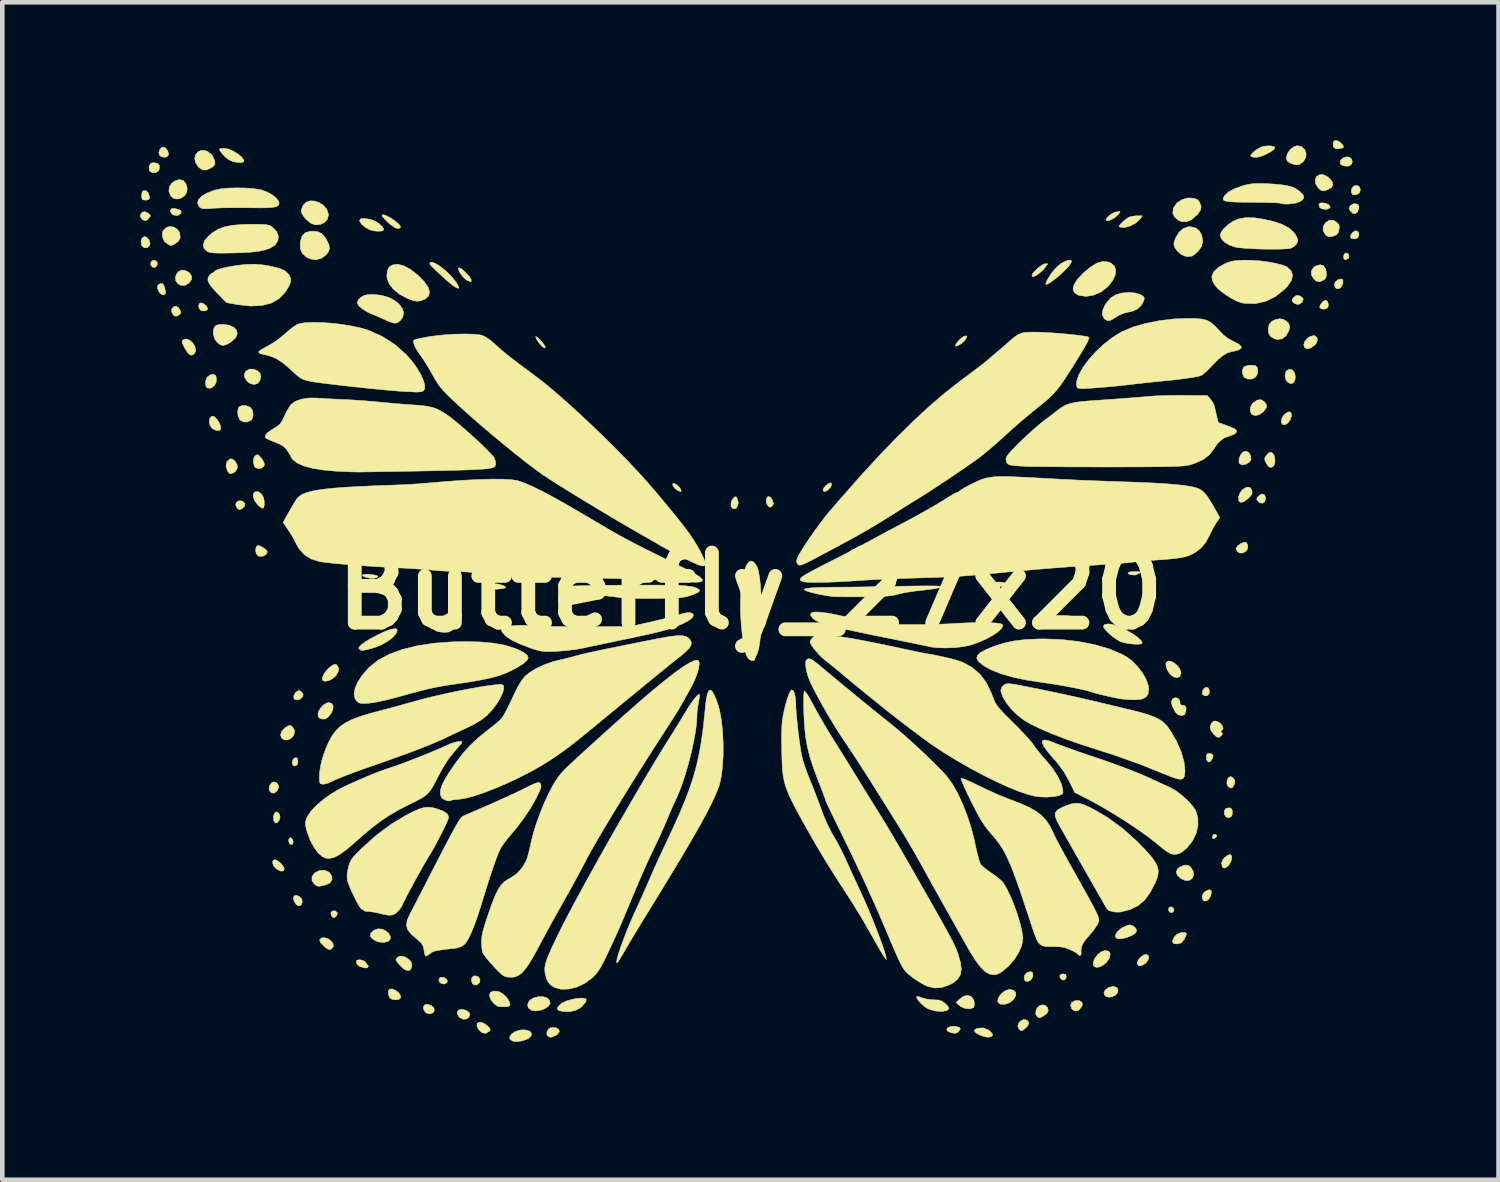
<source format=kicad_pcb>
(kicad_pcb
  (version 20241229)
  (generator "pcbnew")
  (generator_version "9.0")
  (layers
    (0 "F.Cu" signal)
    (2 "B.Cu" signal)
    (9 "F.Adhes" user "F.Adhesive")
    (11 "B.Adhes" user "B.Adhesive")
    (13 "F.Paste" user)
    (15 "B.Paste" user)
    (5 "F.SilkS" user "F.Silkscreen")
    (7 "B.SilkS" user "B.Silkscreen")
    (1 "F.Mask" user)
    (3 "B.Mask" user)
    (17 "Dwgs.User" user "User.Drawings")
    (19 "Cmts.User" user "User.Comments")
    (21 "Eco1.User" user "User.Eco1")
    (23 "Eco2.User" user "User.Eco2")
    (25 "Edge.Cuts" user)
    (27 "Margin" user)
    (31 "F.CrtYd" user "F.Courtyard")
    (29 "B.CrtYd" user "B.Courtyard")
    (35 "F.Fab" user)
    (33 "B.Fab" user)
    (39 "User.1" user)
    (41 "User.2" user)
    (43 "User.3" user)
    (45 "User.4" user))
  (footprint "Butterfly_27x20"
    (layer "F.Cu")
    (at 13.263 9.798)
    (property "Reference" "Butterfly_27x20" (at 0 0 0) (layer "F.SilkS") (effects (font (size 1.524 1.524) (thickness 0.3))))
    (attr through_hole)
    (fp_poly (pts (xy 10.121 5.297) (xy 10.146 5.32) (xy 10.129 5.351) (xy 10.084 5.387) (xy 10.053 5.379) (xy 10.047 5.353) (xy 10.064 5.3) (xy 10.112 5.294) (xy 10.121 5.297)) (stroke (width 0.01) (type solid)) (fill yes) (layer "F.SilkS"))
    (fp_poly (pts (xy -9.984 5.369) (xy -9.948 5.406) (xy -9.938 5.464) (xy -9.955 5.508) (xy -9.993 5.512) (xy -10.018 5.491) (xy -10.038 5.44) (xy -10.031 5.392) (xy -10 5.367) (xy -9.984 5.369)) (stroke (width 0.01) (type solid)) (fill yes) (layer "F.SilkS"))
    (fp_poly (pts (xy 6.857 8.338) (xy 6.872 8.381) (xy 6.866 8.412) (xy 6.834 8.459) (xy 6.785 8.458) (xy 6.746 8.426) (xy 6.726 8.372) (xy 6.755 8.334) (xy 6.799 8.326) (xy 6.857 8.338)) (stroke (width 0.01) (type solid)) (fill yes) (layer "F.SilkS"))
    (fp_poly (pts (xy 9.194 6.893) (xy 9.213 6.937) (xy 9.21 6.959) (xy 9.174 6.995) (xy 9.126 6.99) (xy 9.097 6.955) (xy 9.098 6.9) (xy 9.111 6.88) (xy 9.153 6.868) (xy 9.194 6.893)) (stroke (width 0.01) (type solid)) (fill yes) (layer "F.SilkS"))
    (fp_poly (pts (xy 12.995 -7.333) (xy 13.009 -7.313) (xy 13.019 -7.254) (xy 13.003 -7.229) (xy 12.949 -7.198) (xy 12.91 -7.216) (xy 12.898 -7.264) (xy 12.914 -7.324) (xy 12.952 -7.35) (xy 12.995 -7.333)) (stroke (width 0.01) (type solid)) (fill yes) (layer "F.SilkS"))
    (fp_poly (pts (xy -9.842 3.654) (xy -9.835 3.729) (xy -9.836 3.733) (xy -9.858 3.786) (xy -9.903 3.808) (xy -9.943 3.792) (xy -9.962 3.738) (xy -9.946 3.673) (xy -9.918 3.639) (xy -9.872 3.622) (xy -9.842 3.654)) (stroke (width 0.01) (type solid)) (fill yes) (layer "F.SilkS"))
    (fp_poly (pts (xy -9.021 6.959) (xy -8.979 6.997) (xy -8.987 7.051) (xy -9.009 7.078) (xy -9.05 7.109) (xy -9.083 7.093) (xy -9.108 7.058) (xy -9.12 7) (xy -9.091 6.961) (xy -9.033 6.955) (xy -9.021 6.959)) (stroke (width 0.01) (type solid)) (fill yes) (layer "F.SilkS"))
    (fp_poly (pts (xy -12.936 -7.187) (xy -12.897 -7.149) (xy -12.894 -7.093) (xy -12.899 -7.081) (xy -12.932 -7.037) (xy -12.975 -7.036) (xy -13.003 -7.046) (xy -13.034 -7.083) (xy -13.034 -7.138) (xy -13.006 -7.181) (xy -12.996 -7.187) (xy -12.936 -7.187)) (stroke (width 0.01) (type solid)) (fill yes) (layer "F.SilkS"))
    (fp_poly (pts (xy -11.031 -1.945) (xy -10.988 -1.9) (xy -10.996 -1.843) (xy -11.051 -1.788) (xy -11.101 -1.765) (xy -11.14 -1.783) (xy -11.158 -1.802) (xy -11.19 -1.866) (xy -11.177 -1.922) (xy -11.13 -1.957) (xy -11.063 -1.958) (xy -11.031 -1.945)) (stroke (width 0.01) (type solid)) (fill yes) (layer "F.SilkS"))
    (fp_poly (pts (xy -10.302 4.167) (xy -10.264 4.217) (xy -10.256 4.283) (xy -10.287 4.346) (xy -10.351 4.396) (xy -10.408 4.391) (xy -10.444 4.359) (xy -10.465 4.295) (xy -10.448 4.224) (xy -10.403 4.169) (xy -10.364 4.154) (xy -10.302 4.167)) (stroke (width 0.01) (type solid)) (fill yes) (layer "F.SilkS"))
    (fp_poly (pts (xy -10.294 4.805) (xy -10.24 4.849) (xy -10.223 4.921) (xy -10.239 4.979) (xy -10.281 5.038) (xy -10.325 5.046) (xy -10.358 5.002) (xy -10.366 4.974) (xy -10.367 4.899) (xy -10.347 4.837) (xy -10.313 4.804) (xy -10.294 4.805)) (stroke (width 0.01) (type solid)) (fill yes) (layer "F.SilkS"))
    (fp_poly (pts (xy -9.842 6.626) (xy -9.804 6.646) (xy -9.75 6.701) (xy -9.742 6.768) (xy -9.768 6.833) (xy -9.815 6.851) (xy -9.871 6.82) (xy -9.889 6.797) (xy -9.93 6.716) (xy -9.932 6.654) (xy -9.901 6.62) (xy -9.842 6.626)) (stroke (width 0.01) (type solid)) (fill yes) (layer "F.SilkS"))
    (fp_poly (pts (xy -5.916 8.388) (xy -5.877 8.439) (xy -5.88 8.503) (xy -5.888 8.516) (xy -5.942 8.566) (xy -6.002 8.567) (xy -6.037 8.54) (xy -6.066 8.475) (xy -6.057 8.413) (xy -6.015 8.373) (xy -5.986 8.368) (xy -5.916 8.388)) (stroke (width 0.01) (type solid)) (fill yes) (layer "F.SilkS"))
    (fp_poly (pts (xy 1.759 -2.345) (xy 1.766 -2.299) (xy 1.742 -2.249) (xy 1.694 -2.197) (xy 1.64 -2.166) (xy 1.597 -2.163) (xy 1.58 -2.191) (xy 1.599 -2.239) (xy 1.643 -2.291) (xy 1.697 -2.332) (xy 1.743 -2.35) (xy 1.759 -2.345)) (stroke (width 0.01) (type solid)) (fill yes) (layer "F.SilkS"))
    (fp_poly (pts (xy 8.445 -0.421) (xy 8.48 -0.414) (xy 8.476 -0.398) (xy 8.454 -0.38) (xy 8.364 -0.344) (xy 8.262 -0.352) (xy 8.248 -0.357) (xy 8.211 -0.383) (xy 8.225 -0.404) (xy 8.282 -0.418) (xy 8.361 -0.422) (xy 8.445 -0.421)) (stroke (width 0.01) (type solid)) (fill yes) (layer "F.SilkS"))
    (fp_poly (pts (xy 9.956 2.109) (xy 9.98 2.16) (xy 9.977 2.229) (xy 9.975 2.234) (xy 9.939 2.276) (xy 9.884 2.283) (xy 9.838 2.255) (xy 9.83 2.24) (xy 9.831 2.174) (xy 9.869 2.116) (xy 9.913 2.094) (xy 9.956 2.109)) (stroke (width 0.01) (type solid)) (fill yes) (layer "F.SilkS"))
    (fp_poly (pts (xy 10.007 3.534) (xy 10.041 3.552) (xy 10.064 3.58) (xy 10.053 3.63) (xy 10.044 3.65) (xy 10.001 3.711) (xy 9.958 3.72) (xy 9.925 3.677) (xy 9.918 3.656) (xy 9.915 3.576) (xy 9.947 3.533) (xy 10.007 3.534)) (stroke (width 0.01) (type solid)) (fill yes) (layer "F.SilkS"))
    (fp_poly (pts (xy 10.02 6.515) (xy 10.024 6.577) (xy 10.009 6.632) (xy 9.971 6.7) (xy 9.919 6.74) (xy 9.868 6.743) (xy 9.833 6.706) (xy 9.826 6.621) (xy 9.872 6.549) (xy 9.912 6.521) (xy 9.983 6.495) (xy 10.02 6.515)) (stroke (width 0.01) (type solid)) (fill yes) (layer "F.SilkS"))
    (fp_poly (pts (xy 11.178 -2.092) (xy 11.203 -2.03) (xy 11.204 -2.008) (xy 11.184 -1.939) (xy 11.135 -1.906) (xy 11.073 -1.918) (xy 11.049 -1.938) (xy 11.012 -1.986) (xy 11.02 -2.029) (xy 11.062 -2.073) (xy 11.127 -2.109) (xy 11.178 -2.092)) (stroke (width 0.01) (type solid)) (fill yes) (layer "F.SilkS"))
    (fp_poly (pts (xy 13.202 -7.824) (xy 13.23 -7.776) (xy 13.231 -7.736) (xy 13.21 -7.678) (xy 13.154 -7.655) (xy 13.144 -7.653) (xy 13.075 -7.661) (xy 13.05 -7.687) (xy 13.056 -7.737) (xy 13.088 -7.789) (xy 13.15 -7.83) (xy 13.202 -7.824)) (stroke (width 0.01) (type solid)) (fill yes) (layer "F.SilkS"))
    (fp_poly (pts (xy -13.136 -8.7) (xy -13.089 -8.655) (xy -13.064 -8.579) (xy -13.064 -8.53) (xy -13.09 -8.505) (xy -13.143 -8.495) (xy -13.198 -8.502) (xy -13.217 -8.514) (xy -13.235 -8.561) (xy -13.233 -8.627) (xy -13.215 -8.683) (xy -13.197 -8.702) (xy -13.136 -8.7)) (stroke (width 0.01) (type solid)) (fill yes) (layer "F.SilkS"))
    (fp_poly (pts (xy -13.114 -7.681) (xy -13.071 -7.624) (xy -13.05 -7.557) (xy -13.058 -7.511) (xy -13.113 -7.462) (xy -13.175 -7.459) (xy -13.226 -7.501) (xy -13.236 -7.521) (xy -13.247 -7.599) (xy -13.227 -7.666) (xy -13.182 -7.702) (xy -13.165 -7.705) (xy -13.114 -7.681)) (stroke (width 0.01) (type solid)) (fill yes) (layer "F.SilkS"))
    (fp_poly (pts (xy -13.095 -8.213) (xy -13.049 -8.174) (xy -13.045 -8.144) (xy -13.079 -8.102) (xy -13.126 -8.056) (xy -13.163 -8.049) (xy -13.215 -8.074) (xy -13.257 -8.125) (xy -13.258 -8.187) (xy -13.216 -8.237) (xy -13.214 -8.238) (xy -13.158 -8.246) (xy -13.095 -8.213)) (stroke (width 0.01) (type solid)) (fill yes) (layer "F.SilkS"))
    (fp_poly (pts (xy -12.71 -9.628) (xy -12.667 -9.57) (xy -12.648 -9.503) (xy -12.653 -9.47) (xy -12.692 -9.435) (xy -12.756 -9.428) (xy -12.819 -9.45) (xy -12.842 -9.469) (xy -12.86 -9.528) (xy -12.842 -9.593) (xy -12.799 -9.641) (xy -12.762 -9.652) (xy -12.71 -9.628)) (stroke (width 0.01) (type solid)) (fill yes) (layer "F.SilkS"))
    (fp_poly (pts (xy -12.495 -8.311) (xy -12.406 -8.284) (xy -12.37 -8.25) (xy -12.384 -8.205) (xy -12.389 -8.2) (xy -12.453 -8.16) (xy -12.533 -8.171) (xy -12.572 -8.194) (xy -12.609 -8.247) (xy -12.606 -8.281) (xy -12.58 -8.313) (xy -12.527 -8.316) (xy -12.495 -8.311)) (stroke (width 0.01) (type solid)) (fill yes) (layer "F.SilkS"))
    (fp_poly (pts (xy -12.435 -6.162) (xy -12.398 -6.105) (xy -12.378 -6.052) (xy -12.397 -6.019) (xy -12.398 -6.018) (xy -12.463 -5.976) (xy -12.508 -5.974) (xy -12.543 -5.999) (xy -12.582 -6.067) (xy -12.577 -6.134) (xy -12.536 -6.178) (xy -12.481 -6.192) (xy -12.435 -6.162)) (stroke (width 0.01) (type solid)) (fill yes) (layer "F.SilkS"))
    (fp_poly (pts (xy -11.884 -6.245) (xy -11.828 -6.196) (xy -11.798 -6.142) (xy -11.797 -6.132) (xy -11.82 -6.1) (xy -11.875 -6.086) (xy -11.935 -6.095) (xy -11.948 -6.101) (xy -11.985 -6.144) (xy -11.995 -6.2) (xy -11.978 -6.248) (xy -11.942 -6.265) (xy -11.884 -6.245)) (stroke (width 0.01) (type solid)) (fill yes) (layer "F.SilkS"))
    (fp_poly (pts (xy -8.283 -0.361) (xy -8.172 -0.347) (xy -8.109 -0.328) (xy -8.098 -0.305) (xy -8.102 -0.3) (xy -8.162 -0.277) (xy -8.253 -0.274) (xy -8.333 -0.288) (xy -8.412 -0.316) (xy -8.438 -0.341) (xy -8.413 -0.358) (xy -8.339 -0.364) (xy -8.283 -0.361)) (stroke (width 0.01) (type solid)) (fill yes) (layer "F.SilkS"))
    (fp_poly (pts (xy -1.648 -2.334) (xy -1.596 -2.305) (xy -1.546 -2.259) (xy -1.522 -2.226) (xy -1.5 -2.174) (xy -1.515 -2.16) (xy -1.571 -2.182) (xy -1.584 -2.189) (xy -1.643 -2.233) (xy -1.681 -2.285) (xy -1.687 -2.328) (xy -1.682 -2.335) (xy -1.648 -2.334)) (stroke (width 0.01) (type solid)) (fill yes) (layer "F.SilkS"))
    (fp_poly (pts (xy -0.302 -2.039) (xy -0.279 -1.993) (xy -0.259 -1.915) (xy -0.277 -1.849) (xy -0.309 -1.794) (xy -0.348 -1.784) (xy -0.388 -1.797) (xy -0.417 -1.835) (xy -0.421 -1.9) (xy -0.401 -1.971) (xy -0.368 -2.017) (xy -0.327 -2.049) (xy -0.302 -2.039)) (stroke (width 0.01) (type solid)) (fill yes) (layer "F.SilkS"))
    (fp_poly (pts (xy 0.443 -2.036) (xy 0.48 -1.975) (xy 0.501 -1.909) (xy 0.493 -1.868) (xy 0.474 -1.845) (xy 0.436 -1.818) (xy 0.402 -1.833) (xy 0.384 -1.85) (xy 0.351 -1.909) (xy 0.346 -1.977) (xy 0.366 -2.034) (xy 0.398 -2.054) (xy 0.443 -2.036)) (stroke (width 0.01) (type solid)) (fill yes) (layer "F.SilkS"))
    (fp_poly (pts (xy 6.009 9.329) (xy 6.04 9.356) (xy 6.055 9.407) (xy 6.021 9.469) (xy 5.955 9.531) (xy 5.906 9.563) (xy 5.87 9.554) (xy 5.848 9.533) (xy 5.816 9.468) (xy 5.835 9.396) (xy 5.865 9.36) (xy 5.941 9.318) (xy 6.009 9.329)) (stroke (width 0.01) (type solid)) (fill yes) (layer "F.SilkS"))
    (fp_poly (pts (xy 6.142 8.304) (xy 6.145 8.37) (xy 6.136 8.403) (xy 6.096 8.461) (xy 6.039 8.492) (xy 5.985 8.485) (xy 5.975 8.477) (xy 5.952 8.42) (xy 5.967 8.352) (xy 6.013 8.299) (xy 6.026 8.292) (xy 6.1 8.276) (xy 6.142 8.304)) (stroke (width 0.01) (type solid)) (fill yes) (layer "F.SilkS"))
    (fp_poly (pts (xy 8.654 7.928) (xy 8.664 7.971) (xy 8.644 8.036) (xy 8.594 8.095) (xy 8.53 8.138) (xy 8.468 8.153) (xy 8.429 8.137) (xy 8.411 8.084) (xy 8.443 8.013) (xy 8.479 7.971) (xy 8.552 7.917) (xy 8.614 7.902) (xy 8.654 7.928)) (stroke (width 0.01) (type solid)) (fill yes) (layer "F.SilkS"))
    (fp_poly (pts (xy 10.467 4.742) (xy 10.48 4.774) (xy 10.482 4.852) (xy 10.453 4.909) (xy 10.404 4.934) (xy 10.348 4.916) (xy 10.335 4.905) (xy 10.306 4.848) (xy 10.306 4.782) (xy 10.336 4.736) (xy 10.346 4.73) (xy 10.422 4.714) (xy 10.467 4.742)) (stroke (width 0.01) (type solid)) (fill yes) (layer "F.SilkS"))
    (fp_poly (pts (xy 10.789 -1.049) (xy 10.816 -0.994) (xy 10.817 -0.99) (xy 10.813 -0.916) (xy 10.771 -0.858) (xy 10.707 -0.825) (xy 10.638 -0.825) (xy 10.584 -0.86) (xy 10.561 -0.921) (xy 10.595 -0.981) (xy 10.667 -1.03) (xy 10.743 -1.06) (xy 10.789 -1.049)) (stroke (width 0.01) (type solid)) (fill yes) (layer "F.SilkS"))
    (fp_poly (pts (xy 11.789 -4.802) (xy 11.832 -4.746) (xy 11.851 -4.667) (xy 11.844 -4.593) (xy 11.808 -4.523) (xy 11.751 -4.506) (xy 11.687 -4.533) (xy 11.644 -4.593) (xy 11.627 -4.675) (xy 11.639 -4.754) (xy 11.669 -4.797) (xy 11.731 -4.822) (xy 11.789 -4.802)) (stroke (width 0.01) (type solid)) (fill yes) (layer "F.SilkS"))
    (fp_poly (pts (xy 12.517 -8.426) (xy 12.578 -8.395) (xy 12.608 -8.355) (xy 12.604 -8.33) (xy 12.56 -8.304) (xy 12.492 -8.297) (xy 12.423 -8.309) (xy 12.381 -8.337) (xy 12.378 -8.342) (xy 12.363 -8.405) (xy 12.388 -8.433) (xy 12.441 -8.438) (xy 12.517 -8.426)) (stroke (width 0.01) (type solid)) (fill yes) (layer "F.SilkS"))
    (fp_poly (pts (xy 12.546 -6.298) (xy 12.566 -6.244) (xy 12.565 -6.185) (xy 12.549 -6.154) (xy 12.497 -6.129) (xy 12.434 -6.128) (xy 12.388 -6.15) (xy 12.382 -6.16) (xy 12.388 -6.209) (xy 12.426 -6.266) (xy 12.476 -6.31) (xy 12.511 -6.322) (xy 12.546 -6.298)) (stroke (width 0.01) (type solid)) (fill yes) (layer "F.SilkS"))
    (fp_poly (pts (xy 12.885 -6.76) (xy 12.885 -6.691) (xy 12.882 -6.678) (xy 12.848 -6.608) (xy 12.798 -6.569) (xy 12.746 -6.572) (xy 12.733 -6.583) (xy 12.7 -6.648) (xy 12.717 -6.715) (xy 12.776 -6.766) (xy 12.776 -6.766) (xy 12.848 -6.785) (xy 12.885 -6.76)) (stroke (width 0.01) (type solid)) (fill yes) (layer "F.SilkS"))
    (fp_poly (pts (xy 13.03 -9.431) (xy 13.077 -9.388) (xy 13.089 -9.324) (xy 13.062 -9.265) (xy 13.01 -9.238) (xy 12.937 -9.236) (xy 12.867 -9.254) (xy 12.826 -9.291) (xy 12.824 -9.295) (xy 12.829 -9.359) (xy 12.885 -9.41) (xy 12.959 -9.437) (xy 13.03 -9.431)) (stroke (width 0.01) (type solid)) (fill yes) (layer "F.SilkS"))
    (fp_poly (pts (xy 13.168 -8.417) (xy 13.218 -8.398) (xy 13.233 -8.355) (xy 13.231 -8.318) (xy 13.204 -8.241) (xy 13.155 -8.204) (xy 13.096 -8.212) (xy 13.049 -8.257) (xy 13.019 -8.31) (xy 13.024 -8.347) (xy 13.05 -8.379) (xy 13.12 -8.418) (xy 13.168 -8.417)) (stroke (width 0.01) (type solid)) (fill yes) (layer "F.SilkS"))
    (fp_poly (pts (xy 13.24 -8.789) (xy 13.264 -8.735) (xy 13.253 -8.672) (xy 13.231 -8.642) (xy 13.174 -8.612) (xy 13.111 -8.612) (xy 13.086 -8.627) (xy 13.066 -8.681) (xy 13.078 -8.748) (xy 13.116 -8.801) (xy 13.125 -8.806) (xy 13.19 -8.818) (xy 13.24 -8.789)) (stroke (width 0.01) (type solid)) (fill yes) (layer "F.SilkS"))
    (fp_poly (pts (xy -12.777 -6.678) (xy -12.748 -6.639) (xy -12.731 -6.587) (xy -12.716 -6.514) (xy -12.715 -6.464) (xy -12.717 -6.458) (xy -12.758 -6.435) (xy -12.812 -6.455) (xy -12.857 -6.504) (xy -12.891 -6.584) (xy -12.881 -6.647) (xy -12.831 -6.682) (xy -12.821 -6.683) (xy -12.777 -6.678)) (stroke (width 0.01) (type solid)) (fill yes) (layer "F.SilkS"))
    (fp_poly (pts (xy -10.722 -4.792) (xy -10.662 -4.735) (xy -10.641 -4.662) (xy -10.663 -4.566) (xy -10.719 -4.506) (xy -10.797 -4.488) (xy -10.884 -4.515) (xy -10.937 -4.557) (xy -10.995 -4.641) (xy -11 -4.722) (xy -10.962 -4.782) (xy -10.889 -4.822) (xy -10.803 -4.823) (xy -10.722 -4.792)) (stroke (width 0.01) (type solid)) (fill yes) (layer "F.SilkS"))
    (fp_poly (pts (xy -10.693 -2.157) (xy -10.631 -2.112) (xy -10.585 -2.034) (xy -10.569 -1.959) (xy -10.568 -1.854) (xy -10.586 -1.802) (xy -10.625 -1.802) (xy -10.687 -1.851) (xy -10.709 -1.873) (xy -10.776 -1.963) (xy -10.808 -2.048) (xy -10.803 -2.117) (xy -10.761 -2.157) (xy -10.693 -2.157)) (stroke (width 0.01) (type solid)) (fill yes) (layer "F.SilkS"))
    (fp_poly (pts (xy -9.761 2.191) (xy -9.752 2.2) (xy -9.721 2.248) (xy -9.733 2.296) (xy -9.742 2.312) (xy -9.791 2.355) (xy -9.855 2.371) (xy -9.909 2.355) (xy -9.92 2.342) (xy -9.927 2.284) (xy -9.895 2.22) (xy -9.853 2.182) (xy -9.804 2.164) (xy -9.761 2.191)) (stroke (width 0.01) (type solid)) (fill yes) (layer "F.SilkS"))
    (fp_poly (pts (xy -7.704 8.689) (xy -7.641 8.742) (xy -7.603 8.801) (xy -7.602 8.847) (xy -7.641 8.881) (xy -7.708 8.892) (xy -7.781 8.881) (xy -7.836 8.848) (xy -7.845 8.835) (xy -7.871 8.759) (xy -7.868 8.692) (xy -7.839 8.657) (xy -7.775 8.657) (xy -7.704 8.689)) (stroke (width 0.01) (type solid)) (fill yes) (layer "F.SilkS"))
    (fp_poly (pts (xy -6.927 9.02) (xy -6.878 9.069) (xy -6.875 9.075) (xy -6.873 9.137) (xy -6.91 9.18) (xy -6.97 9.197) (xy -7.036 9.18) (xy -7.068 9.156) (xy -7.105 9.094) (xy -7.106 9.033) (xy -7.071 8.993) (xy -7.069 8.993) (xy -7 8.99) (xy -6.927 9.02)) (stroke (width 0.01) (type solid)) (fill yes) (layer "F.SilkS"))
    (fp_poly (pts (xy -6.622 8.425) (xy -6.589 8.464) (xy -6.589 8.507) (xy -6.61 8.527) (xy -6.651 8.547) (xy -6.66 8.548) (xy -6.697 8.539) (xy -6.724 8.532) (xy -6.762 8.5) (xy -6.772 8.45) (xy -6.75 8.409) (xy -6.738 8.403) (xy -6.676 8.4) (xy -6.622 8.425)) (stroke (width 0.01) (type solid)) (fill yes) (layer "F.SilkS"))
    (fp_poly (pts (xy -6.242 9.1) (xy -6.171 9.125) (xy -6.115 9.163) (xy -6.096 9.199) (xy -6.118 9.269) (xy -6.174 9.308) (xy -6.245 9.312) (xy -6.317 9.276) (xy -6.332 9.262) (xy -6.373 9.191) (xy -6.365 9.134) (xy -6.309 9.099) (xy -6.307 9.099) (xy -6.242 9.1)) (stroke (width 0.01) (type solid)) (fill yes) (layer "F.SilkS"))
    (fp_poly (pts (xy -5.843 9.381) (xy -5.763 9.419) (xy -5.726 9.449) (xy -5.67 9.502) (xy -5.653 9.536) (xy -5.667 9.565) (xy -5.679 9.578) (xy -5.753 9.62) (xy -5.83 9.607) (xy -5.897 9.548) (xy -5.942 9.468) (xy -5.941 9.41) (xy -5.905 9.379) (xy -5.843 9.381)) (stroke (width 0.01) (type solid)) (fill yes) (layer "F.SilkS"))
    (fp_poly (pts (xy -4.627 -5.511) (xy -4.575 -5.462) (xy -4.52 -5.4) (xy -4.476 -5.342) (xy -4.459 -5.305) (xy -4.465 -5.28) (xy -4.493 -5.292) (xy -4.52 -5.313) (xy -4.565 -5.358) (xy -4.611 -5.418) (xy -4.648 -5.477) (xy -4.666 -5.519) (xy -4.662 -5.532) (xy -4.627 -5.511)) (stroke (width 0.01) (type solid)) (fill yes) (layer "F.SilkS"))
    (fp_poly (pts (xy 7.154 8.906) (xy 7.194 8.931) (xy 7.222 8.969) (xy 7.218 9.009) (xy 7.195 9.053) (xy 7.137 9.119) (xy 7.069 9.137) (xy 7.006 9.105) (xy 6.989 9.085) (xy 6.963 9.011) (xy 6.989 8.95) (xy 7.064 8.908) (xy 7.073 8.906) (xy 7.154 8.906)) (stroke (width 0.01) (type solid)) (fill yes) (layer "F.SilkS"))
    (fp_poly (pts (xy 7.973 8.625) (xy 7.996 8.668) (xy 7.989 8.734) (xy 7.942 8.788) (xy 7.871 8.824) (xy 7.794 8.834) (xy 7.726 8.811) (xy 7.706 8.793) (xy 7.689 8.736) (xy 7.718 8.675) (xy 7.783 8.627) (xy 7.81 8.616) (xy 7.909 8.599) (xy 7.973 8.625)) (stroke (width 0.01) (type solid)) (fill yes) (layer "F.SilkS"))
    (fp_poly (pts (xy 8.04 -8.242) (xy 8.017 -8.203) (xy 7.999 -8.182) (xy 7.933 -8.123) (xy 7.861 -8.078) (xy 7.794 -8.052) (xy 7.747 -8.049) (xy 7.733 -8.07) (xy 7.756 -8.116) (xy 7.814 -8.169) (xy 7.888 -8.216) (xy 7.944 -8.237) (xy 8.016 -8.252) (xy 8.04 -8.242)) (stroke (width 0.01) (type solid)) (fill yes) (layer "F.SilkS"))
    (fp_poly (pts (xy 10.467 5.764) (xy 10.47 5.793) (xy 10.455 5.871) (xy 10.419 5.942) (xy 10.37 5.996) (xy 10.32 6.025) (xy 10.278 6.018) (xy 10.261 5.993) (xy 10.246 5.913) (xy 10.276 5.842) (xy 10.314 5.798) (xy 10.384 5.744) (xy 10.438 5.732) (xy 10.467 5.764)) (stroke (width 0.01) (type solid)) (fill yes) (layer "F.SilkS"))
    (fp_poly (pts (xy 10.48 4.054) (xy 10.509 4.079) (xy 10.536 4.124) (xy 10.529 4.185) (xy 10.523 4.206) (xy 10.484 4.273) (xy 10.436 4.286) (xy 10.391 4.256) (xy 10.363 4.198) (xy 10.365 4.128) (xy 10.391 4.067) (xy 10.437 4.036) (xy 10.446 4.036) (xy 10.48 4.054)) (stroke (width 0.01) (type solid)) (fill yes) (layer "F.SilkS"))
    (fp_poly (pts (xy 11.759 -3.872) (xy 11.767 -3.815) (xy 11.746 -3.738) (xy 11.736 -3.716) (xy 11.683 -3.646) (xy 11.626 -3.612) (xy 11.576 -3.616) (xy 11.546 -3.66) (xy 11.543 -3.692) (xy 11.564 -3.77) (xy 11.617 -3.841) (xy 11.685 -3.887) (xy 11.721 -3.895) (xy 11.759 -3.872)) (stroke (width 0.01) (type solid)) (fill yes) (layer "F.SilkS"))
    (fp_poly (pts (xy 11.92 -6.425) (xy 11.951 -6.412) (xy 12.004 -6.376) (xy 12.023 -6.342) (xy 11.998 -6.276) (xy 11.94 -6.235) (xy 11.891 -6.23) (xy 11.824 -6.257) (xy 11.794 -6.283) (xy 11.777 -6.321) (xy 11.799 -6.363) (xy 11.819 -6.385) (xy 11.871 -6.425) (xy 11.92 -6.425)) (stroke (width 0.01) (type solid)) (fill yes) (layer "F.SilkS"))
    (fp_poly (pts (xy 12.275 -5.546) (xy 12.322 -5.508) (xy 12.33 -5.445) (xy 12.299 -5.374) (xy 12.27 -5.342) (xy 12.181 -5.28) (xy 12.105 -5.263) (xy 12.051 -5.292) (xy 12.033 -5.352) (xy 12.055 -5.421) (xy 12.105 -5.486) (xy 12.173 -5.533) (xy 12.246 -5.551) (xy 12.275 -5.546)) (stroke (width 0.01) (type solid)) (fill yes) (layer "F.SilkS"))
    (fp_poly (pts (xy 12.791 -9.777) (xy 12.844 -9.737) (xy 12.885 -9.69) (xy 12.9 -9.651) (xy 12.894 -9.641) (xy 12.846 -9.621) (xy 12.775 -9.611) (xy 12.721 -9.615) (xy 12.681 -9.653) (xy 12.672 -9.711) (xy 12.68 -9.77) (xy 12.714 -9.791) (xy 12.742 -9.793) (xy 12.791 -9.777)) (stroke (width 0.01) (type solid)) (fill yes) (layer "F.SilkS"))
    (fp_poly (pts (xy -12.947 -9.308) (xy -12.879 -9.292) (xy -12.85 -9.252) (xy -12.846 -9.234) (xy -12.852 -9.165) (xy -12.871 -9.128) (xy -12.929 -9.094) (xy -12.999 -9.093) (xy -13.054 -9.124) (xy -13.063 -9.137) (xy -13.074 -9.206) (xy -13.064 -9.252) (xy -13.034 -9.297) (xy -12.982 -9.31) (xy -12.947 -9.308)) (stroke (width 0.01) (type solid)) (fill yes) (layer "F.SilkS"))
    (fp_poly (pts (xy -12.329 -8.923) (xy -12.27 -8.852) (xy -12.243 -8.755) (xy -12.253 -8.665) (xy -12.301 -8.591) (xy -12.374 -8.541) (xy -12.458 -8.52) (xy -12.539 -8.534) (xy -12.6 -8.586) (xy -12.641 -8.687) (xy -12.63 -8.787) (xy -12.57 -8.873) (xy -12.511 -8.914) (xy -12.411 -8.944) (xy -12.329 -8.923)) (stroke (width 0.01) (type solid)) (fill yes) (layer "F.SilkS"))
    (fp_poly (pts (xy -12.284 -6.968) (xy -12.191 -6.914) (xy -12.146 -6.843) (xy -12.15 -6.767) (xy -12.206 -6.694) (xy -12.21 -6.691) (xy -12.296 -6.641) (xy -12.373 -6.641) (xy -12.44 -6.676) (xy -12.491 -6.74) (xy -12.5 -6.816) (xy -12.475 -6.89) (xy -12.423 -6.949) (xy -12.352 -6.977) (xy -12.284 -6.968)) (stroke (width 0.01) (type solid)) (fill yes) (layer "F.SilkS"))
    (fp_poly (pts (xy -11.647 -4.704) (xy -11.617 -4.664) (xy -11.61 -4.639) (xy -11.61 -4.545) (xy -11.649 -4.465) (xy -11.717 -4.415) (xy -11.747 -4.408) (xy -11.806 -4.412) (xy -11.835 -4.452) (xy -11.843 -4.477) (xy -11.843 -4.571) (xy -11.804 -4.651) (xy -11.735 -4.701) (xy -11.705 -4.708) (xy -11.647 -4.704)) (stroke (width 0.01) (type solid)) (fill yes) (layer "F.SilkS"))
    (fp_poly (pts (xy -11.257 -2.866) (xy -11.204 -2.822) (xy -11.156 -2.743) (xy -11.155 -2.661) (xy -11.201 -2.591) (xy -11.211 -2.584) (xy -11.282 -2.546) (xy -11.33 -2.554) (xy -11.368 -2.61) (xy -11.369 -2.612) (xy -11.4 -2.72) (xy -11.381 -2.805) (xy -11.357 -2.834) (xy -11.305 -2.873) (xy -11.257 -2.866)) (stroke (width 0.01) (type solid)) (fill yes) (layer "F.SilkS"))
    (fp_poly (pts (xy -10.649 -0.973) (xy -10.585 -0.936) (xy -10.528 -0.893) (xy -10.5 -0.856) (xy -10.499 -0.852) (xy -10.525 -0.795) (xy -10.585 -0.758) (xy -10.658 -0.75) (xy -10.703 -0.764) (xy -10.74 -0.809) (xy -10.755 -0.873) (xy -10.749 -0.937) (xy -10.723 -0.98) (xy -10.7 -0.988) (xy -10.649 -0.973)) (stroke (width 0.01) (type solid)) (fill yes) (layer "F.SilkS"))
    (fp_poly (pts (xy -10.281 5.863) (xy -10.215 5.916) (xy -10.159 5.98) (xy -10.132 6.039) (xy -10.132 6.045) (xy -10.151 6.087) (xy -10.203 6.093) (xy -10.274 6.063) (xy -10.311 6.038) (xy -10.362 5.98) (xy -10.385 5.918) (xy -10.38 5.866) (xy -10.344 5.842) (xy -10.338 5.842) (xy -10.281 5.863)) (stroke (width 0.01) (type solid)) (fill yes) (layer "F.SilkS"))
    (fp_poly (pts (xy -5.504 -0.152) (xy -5.453 -0.143) (xy -5.359 -0.111) (xy -5.32 -0.086) (xy -5.333 -0.064) (xy -5.363 -0.053) (xy -5.523 -0.036) (xy -5.666 -0.063) (xy -5.727 -0.089) (xy -5.757 -0.111) (xy -5.757 -0.113) (xy -5.732 -0.134) (xy -5.669 -0.148) (xy -5.587 -0.155) (xy -5.504 -0.152)) (stroke (width 0.01) (type solid)) (fill yes) (layer "F.SilkS"))
    (fp_poly (pts (xy -4.222 9.499) (xy -4.163 9.532) (xy -4.152 9.582) (xy -4.187 9.636) (xy -4.232 9.665) (xy -4.304 9.699) (xy -4.35 9.705) (xy -4.394 9.686) (xy -4.399 9.683) (xy -4.425 9.639) (xy -4.417 9.577) (xy -4.385 9.521) (xy -4.349 9.498) (xy -4.28 9.491) (xy -4.222 9.499)) (stroke (width 0.01) (type solid)) (fill yes) (layer "F.SilkS"))
    (fp_poly (pts (xy 4.474 9.47) (xy 4.547 9.491) (xy 4.568 9.521) (xy 4.54 9.566) (xy 4.528 9.579) (xy 4.486 9.612) (xy 4.437 9.618) (xy 4.359 9.602) (xy 4.348 9.599) (xy 4.286 9.569) (xy 4.271 9.532) (xy 4.294 9.497) (xy 4.35 9.472) (xy 4.429 9.465) (xy 4.474 9.47)) (stroke (width 0.01) (type solid)) (fill yes) (layer "F.SilkS"))
    (fp_poly (pts (xy 4.708 -5.518) (xy 4.672 -5.458) (xy 4.669 -5.453) (xy 4.625 -5.407) (xy 4.567 -5.363) (xy 4.51 -5.332) (xy 4.469 -5.321) (xy 4.459 -5.331) (xy 4.479 -5.378) (xy 4.528 -5.439) (xy 4.589 -5.498) (xy 4.645 -5.536) (xy 4.656 -5.54) (xy 4.702 -5.544) (xy 4.708 -5.518)) (stroke (width 0.01) (type solid)) (fill yes) (layer "F.SilkS"))
    (fp_poly (pts (xy 4.806 8.82) (xy 4.821 8.835) (xy 4.86 8.901) (xy 4.875 8.978) (xy 4.863 9.043) (xy 4.844 9.066) (xy 4.765 9.088) (xy 4.667 9.077) (xy 4.575 9.036) (xy 4.552 9.019) (xy 4.473 8.95) (xy 4.544 8.881) (xy 4.639 8.812) (xy 4.729 8.791) (xy 4.806 8.82)) (stroke (width 0.01) (type solid)) (fill yes) (layer "F.SilkS"))
    (fp_poly (pts (xy 5.18 9.546) (xy 5.225 9.586) (xy 5.266 9.636) (xy 5.268 9.665) (xy 5.249 9.681) (xy 5.198 9.702) (xy 5.136 9.701) (xy 5.046 9.676) (xy 4.995 9.657) (xy 4.909 9.613) (xy 4.873 9.57) (xy 4.888 9.533) (xy 4.943 9.509) (xy 5.069 9.501) (xy 5.18 9.546)) (stroke (width 0.01) (type solid)) (fill yes) (layer "F.SilkS"))
    (fp_poly (pts (xy 6.421 9.015) (xy 6.462 9.057) (xy 6.479 9.127) (xy 6.447 9.187) (xy 6.38 9.237) (xy 6.32 9.272) (xy 6.287 9.282) (xy 6.262 9.272) (xy 6.248 9.264) (xy 6.206 9.205) (xy 6.211 9.122) (xy 6.228 9.081) (xy 6.281 9.023) (xy 6.352 9) (xy 6.421 9.015)) (stroke (width 0.01) (type solid)) (fill yes) (layer "F.SilkS"))
    (fp_poly (pts (xy 9.526 5.968) (xy 9.575 6.004) (xy 9.63 6.095) (xy 9.639 6.18) (xy 9.61 6.249) (xy 9.55 6.292) (xy 9.468 6.299) (xy 9.373 6.261) (xy 9.367 6.258) (xy 9.288 6.185) (xy 9.261 6.112) (xy 9.288 6.045) (xy 9.338 6.004) (xy 9.442 5.961) (xy 9.526 5.968)) (stroke (width 0.01) (type solid)) (fill yes) (layer "F.SilkS"))
    (fp_poly (pts (xy 10.831 -3.017) (xy 10.874 -2.952) (xy 10.881 -2.928) (xy 10.887 -2.856) (xy 10.857 -2.806) (xy 10.838 -2.789) (xy 10.761 -2.747) (xy 10.689 -2.741) (xy 10.638 -2.769) (xy 10.627 -2.79) (xy 10.626 -2.87) (xy 10.659 -2.957) (xy 10.706 -3.016) (xy 10.771 -3.041) (xy 10.831 -3.017)) (stroke (width 0.01) (type solid)) (fill yes) (layer "F.SilkS"))
    (fp_poly (pts (xy 12.466 -7.067) (xy 12.512 -6.994) (xy 12.525 -6.923) (xy 12.524 -6.84) (xy 12.501 -6.789) (xy 12.469 -6.762) (xy 12.385 -6.722) (xy 12.313 -6.733) (xy 12.253 -6.782) (xy 12.199 -6.872) (xy 12.199 -6.959) (xy 12.252 -7.035) (xy 12.303 -7.069) (xy 12.395 -7.093) (xy 12.466 -7.067)) (stroke (width 0.01) (type solid)) (fill yes) (layer "F.SilkS"))
    (fp_poly (pts (xy -11.654 -3.789) (xy -11.601 -3.737) (xy -11.596 -3.731) (xy -11.546 -3.657) (xy -11.517 -3.581) (xy -11.516 -3.519) (xy -11.536 -3.493) (xy -11.578 -3.489) (xy -11.62 -3.493) (xy -11.694 -3.528) (xy -11.744 -3.595) (xy -11.765 -3.674) (xy -11.751 -3.749) (xy -11.723 -3.784) (xy -11.689 -3.802) (xy -11.654 -3.789)) (stroke (width 0.01) (type solid)) (fill yes) (layer "F.SilkS"))
    (fp_poly (pts (xy -10.679 -2.942) (xy -10.632 -2.888) (xy -10.613 -2.862) (xy -10.571 -2.788) (xy -10.564 -2.737) (xy -10.574 -2.714) (xy -10.628 -2.669) (xy -10.698 -2.658) (xy -10.759 -2.682) (xy -10.779 -2.706) (xy -10.806 -2.791) (xy -10.801 -2.873) (xy -10.77 -2.936) (xy -10.716 -2.963) (xy -10.712 -2.963) (xy -10.679 -2.942)) (stroke (width 0.01) (type solid)) (fill yes) (layer "F.SilkS"))
    (fp_poly (pts (xy -9.969 2.943) (xy -9.958 2.953) (xy -9.917 3.016) (xy -9.906 3.066) (xy -9.928 3.144) (xy -9.983 3.204) (xy -10.056 3.239) (xy -10.13 3.24) (xy -10.187 3.205) (xy -10.213 3.134) (xy -10.191 3.056) (xy -10.122 2.982) (xy -10.106 2.971) (xy -10.043 2.932) (xy -10.004 2.923) (xy -9.969 2.943)) (stroke (width 0.01) (type solid)) (fill yes) (layer "F.SilkS"))
    (fp_poly (pts (xy -9.171 7.569) (xy -9.134 7.594) (xy -9.075 7.661) (xy -9.063 7.727) (xy -9.101 7.78) (xy -9.113 7.788) (xy -9.155 7.798) (xy -9.203 7.779) (xy -9.272 7.723) (xy -9.273 7.722) (xy -9.343 7.648) (xy -9.364 7.593) (xy -9.361 7.582) (xy -9.32 7.544) (xy -9.252 7.54) (xy -9.171 7.569)) (stroke (width 0.01) (type solid)) (fill yes) (layer "F.SilkS"))
    (fp_poly (pts (xy 5.541 -0.173) (xy 5.543 -0.173) (xy 5.566 -0.157) (xy 5.549 -0.138) (xy 5.486 -0.11) (xy 5.471 -0.104) (xy 5.345 -0.068) (xy 5.225 -0.064) (xy 5.144 -0.076) (xy 5.09 -0.097) (xy 5.089 -0.124) (xy 5.14 -0.153) (xy 5.186 -0.168) (xy 5.314 -0.191) (xy 5.44 -0.193) (xy 5.541 -0.173)) (stroke (width 0.01) (type solid)) (fill yes) (layer "F.SilkS"))
    (fp_poly (pts (xy 5.725 8.683) (xy 5.771 8.732) (xy 5.773 8.8) (xy 5.722 8.886) (xy 5.639 8.951) (xy 5.542 8.987) (xy 5.448 8.986) (xy 5.413 8.972) (xy 5.381 8.928) (xy 5.387 8.866) (xy 5.425 8.797) (xy 5.485 8.733) (xy 5.558 8.685) (xy 5.637 8.664) (xy 5.643 8.664) (xy 5.725 8.683)) (stroke (width 0.01) (type solid)) (fill yes) (layer "F.SilkS"))
    (fp_poly (pts (xy 6.404 -7.025) (xy 6.347 -6.961) (xy 6.273 -6.898) (xy 6.2 -6.85) (xy 6.146 -6.83) (xy 6.145 -6.83) (xy 6.125 -6.852) (xy 6.124 -6.861) (xy 6.145 -6.907) (xy 6.199 -6.968) (xy 6.269 -7.032) (xy 6.34 -7.084) (xy 6.396 -7.111) (xy 6.405 -7.112) (xy 6.467 -7.112) (xy 6.404 -7.025)) (stroke (width 0.01) (type solid)) (fill yes) (layer "F.SilkS"))
    (fp_poly (pts (xy 9.154 1.533) (xy 9.225 1.572) (xy 9.291 1.632) (xy 9.342 1.703) (xy 9.365 1.778) (xy 9.364 1.802) (xy 9.336 1.864) (xy 9.279 1.887) (xy 9.205 1.869) (xy 9.139 1.822) (xy 9.084 1.75) (xy 9.046 1.666) (xy 9.035 1.589) (xy 9.045 1.553) (xy 9.09 1.523) (xy 9.154 1.533)) (stroke (width 0.01) (type solid)) (fill yes) (layer "F.SilkS"))
    (fp_poly (pts (xy 9.453 7.427) (xy 9.482 7.447) (xy 9.483 7.452) (xy 9.466 7.513) (xy 9.427 7.584) (xy 9.38 7.642) (xy 9.354 7.659) (xy 9.278 7.675) (xy 9.213 7.669) (xy 9.188 7.651) (xy 9.184 7.596) (xy 9.217 7.528) (xy 9.268 7.472) (xy 9.327 7.441) (xy 9.395 7.425) (xy 9.453 7.427)) (stroke (width 0.01) (type solid)) (fill yes) (layer "F.SilkS"))
    (fp_poly (pts (xy 11.171 -4.12) (xy 11.221 -4.055) (xy 11.224 -3.993) (xy 11.177 -3.922) (xy 11.15 -3.892) (xy 11.064 -3.831) (xy 10.978 -3.811) (xy 10.907 -3.837) (xy 10.899 -3.844) (xy 10.868 -3.91) (xy 10.875 -3.994) (xy 10.916 -4.07) (xy 10.929 -4.084) (xy 11.02 -4.148) (xy 11.099 -4.159) (xy 11.171 -4.12)) (stroke (width 0.01) (type solid)) (fill yes) (layer "F.SilkS"))
    (fp_poly (pts (xy 11.376 -2.975) (xy 11.401 -2.914) (xy 11.409 -2.833) (xy 11.399 -2.756) (xy 11.372 -2.708) (xy 11.369 -2.706) (xy 11.312 -2.684) (xy 11.266 -2.705) (xy 11.219 -2.775) (xy 11.188 -2.84) (xy 11.185 -2.883) (xy 11.21 -2.933) (xy 11.218 -2.944) (xy 11.274 -3.006) (xy 11.328 -3.013) (xy 11.376 -2.975)) (stroke (width 0.01) (type solid)) (fill yes) (layer "F.SilkS"))
    (fp_poly (pts (xy 12.463 -9.05) (xy 12.554 -9.003) (xy 12.584 -8.977) (xy 12.654 -8.894) (xy 12.668 -8.823) (xy 12.628 -8.764) (xy 12.549 -8.722) (xy 12.472 -8.698) (xy 12.42 -8.703) (xy 12.369 -8.742) (xy 12.346 -8.767) (xy 12.288 -8.859) (xy 12.285 -8.95) (xy 12.316 -9.01) (xy 12.38 -9.053) (xy 12.463 -9.05)) (stroke (width 0.01) (type solid)) (fill yes) (layer "F.SilkS"))
    (fp_poly (pts (xy -12.19 -5.452) (xy -12.126 -5.396) (xy -12.078 -5.322) (xy -12.058 -5.243) (xy -12.062 -5.207) (xy -12.098 -5.143) (xy -12.153 -5.124) (xy -12.201 -5.145) (xy -12.239 -5.19) (xy -12.286 -5.263) (xy -12.308 -5.303) (xy -12.344 -5.377) (xy -12.355 -5.42) (xy -12.342 -5.446) (xy -12.32 -5.464) (xy -12.259 -5.478) (xy -12.19 -5.452)) (stroke (width 0.01) (type solid)) (fill yes) (layer "F.SilkS"))
    (fp_poly (pts (xy -10.963 -4.029) (xy -10.878 -3.996) (xy -10.872 -3.992) (xy -10.825 -3.928) (xy -10.809 -3.841) (xy -10.825 -3.756) (xy -10.853 -3.713) (xy -10.927 -3.674) (xy -11.013 -3.674) (xy -11.087 -3.712) (xy -11.104 -3.732) (xy -11.137 -3.81) (xy -11.146 -3.9) (xy -11.131 -3.977) (xy -11.114 -4.002) (xy -11.049 -4.032) (xy -10.963 -4.029)) (stroke (width 0.01) (type solid)) (fill yes) (layer "F.SilkS"))
    (fp_poly (pts (xy -9.099 2.447) (xy -9.07 2.5) (xy -9.074 2.574) (xy -9.108 2.656) (xy -9.171 2.734) (xy -9.198 2.758) (xy -9.245 2.785) (xy -9.299 2.786) (xy -9.349 2.775) (xy -9.393 2.741) (xy -9.401 2.682) (xy -9.38 2.61) (xy -9.336 2.537) (xy -9.276 2.475) (xy -9.206 2.435) (xy -9.161 2.427) (xy -9.099 2.447)) (stroke (width 0.01) (type solid)) (fill yes) (layer "F.SilkS"))
    (fp_poly (pts (xy -8.989 1.609) (xy -8.951 1.673) (xy -8.958 1.755) (xy -9.01 1.844) (xy -9.024 1.859) (xy -9.095 1.916) (xy -9.174 1.952) (xy -9.245 1.964) (xy -9.294 1.948) (xy -9.302 1.935) (xy -9.3 1.873) (xy -9.261 1.793) (xy -9.195 1.709) (xy -9.13 1.649) (xy -9.063 1.604) (xy -9.02 1.593) (xy -8.989 1.609)) (stroke (width 0.01) (type solid)) (fill yes) (layer "F.SilkS"))
    (fp_poly (pts (xy -8.434 8.031) (xy -8.378 8.056) (xy -8.354 8.086) (xy -8.331 8.129) (xy -8.319 8.136) (xy -8.302 8.159) (xy -8.321 8.187) (xy -8.358 8.199) (xy -8.368 8.197) (xy -8.415 8.186) (xy -8.47 8.173) (xy -8.526 8.144) (xy -8.56 8.096) (xy -8.565 8.048) (xy -8.548 8.027) (xy -8.499 8.019) (xy -8.434 8.031)) (stroke (width 0.01) (type solid)) (fill yes) (layer "F.SilkS"))
    (fp_poly (pts (xy -7.901 -8.153) (xy -7.819 -8.109) (xy -7.736 -8.053) (xy -7.663 -7.995) (xy -7.615 -7.943) (xy -7.604 -7.906) (xy -7.605 -7.904) (xy -7.647 -7.876) (xy -7.714 -7.892) (xy -7.807 -7.954) (xy -7.876 -8.012) (xy -7.947 -8.082) (xy -7.994 -8.138) (xy -8.008 -8.171) (xy -8.007 -8.174) (xy -7.968 -8.178) (xy -7.901 -8.153)) (stroke (width 0.01) (type solid)) (fill yes) (layer "F.SilkS"))
    (fp_poly (pts (xy -6.286 -7.007) (xy -6.226 -6.958) (xy -6.161 -6.893) (xy -6.104 -6.828) (xy -6.071 -6.777) (xy -6.068 -6.764) (xy -6.071 -6.724) (xy -6.075 -6.719) (xy -6.103 -6.729) (xy -6.142 -6.745) (xy -6.198 -6.781) (xy -6.254 -6.838) (xy -6.303 -6.903) (xy -6.337 -6.965) (xy -6.347 -7.01) (xy -6.326 -7.027) (xy -6.286 -7.007)) (stroke (width 0.01) (type solid)) (fill yes) (layer "F.SilkS"))
    (fp_poly (pts (xy -3.587 8.861) (xy -3.564 8.889) (xy -3.579 8.936) (xy -3.668 9.045) (xy -3.792 9.118) (xy -3.939 9.151) (xy -4.087 9.142) (xy -4.165 9.121) (xy -4.195 9.097) (xy -4.187 9.059) (xy -4.172 9.034) (xy -4.098 8.963) (xy -3.976 8.907) (xy -3.816 8.868) (xy -3.77 8.861) (xy -3.654 8.852) (xy -3.587 8.861)) (stroke (width 0.01) (type solid)) (fill yes) (layer "F.SilkS"))
    (fp_poly (pts (xy 7.795 7.835) (xy 7.826 7.886) (xy 7.812 7.969) (xy 7.801 7.994) (xy 7.747 8.073) (xy 7.674 8.136) (xy 7.595 8.175) (xy 7.524 8.186) (xy 7.473 8.162) (xy 7.461 8.142) (xy 7.459 8.067) (xy 7.496 7.982) (xy 7.559 7.902) (xy 7.637 7.842) (xy 7.717 7.818) (xy 7.719 7.818) (xy 7.795 7.835)) (stroke (width 0.01) (type solid)) (fill yes) (layer "F.SilkS"))
    (fp_poly (pts (xy 10.877 -2.241) (xy 10.907 -2.182) (xy 10.907 -2.181) (xy 10.912 -2.126) (xy 10.889 -2.077) (xy 10.83 -2.015) (xy 10.826 -2.011) (xy 10.735 -1.942) (xy 10.668 -1.922) (xy 10.626 -1.951) (xy 10.622 -1.962) (xy 10.616 -2.047) (xy 10.649 -2.136) (xy 10.71 -2.21) (xy 10.787 -2.253) (xy 10.82 -2.258) (xy 10.877 -2.241)) (stroke (width 0.01) (type solid)) (fill yes) (layer "F.SilkS"))
    (fp_poly (pts (xy 10.949 -4.905) (xy 10.99 -4.894) (xy 11.024 -4.854) (xy 11.035 -4.786) (xy 11.022 -4.71) (xy 10.986 -4.65) (xy 10.983 -4.647) (xy 10.905 -4.607) (xy 10.816 -4.606) (xy 10.741 -4.644) (xy 10.741 -4.645) (xy 10.704 -4.712) (xy 10.698 -4.79) (xy 10.724 -4.858) (xy 10.751 -4.881) (xy 10.844 -4.908) (xy 10.949 -4.905)) (stroke (width 0.01) (type solid)) (fill yes) (layer "F.SilkS"))
    (fp_poly (pts (xy 11.578 -5.907) (xy 11.621 -5.888) (xy 11.702 -5.825) (xy 11.73 -5.746) (xy 11.711 -5.656) (xy 11.647 -5.544) (xy 11.56 -5.48) (xy 11.457 -5.467) (xy 11.385 -5.487) (xy 11.306 -5.539) (xy 11.268 -5.614) (xy 11.261 -5.691) (xy 11.281 -5.794) (xy 11.345 -5.865) (xy 11.426 -5.901) (xy 11.51 -5.918) (xy 11.578 -5.907)) (stroke (width 0.01) (type solid)) (fill yes) (layer "F.SilkS"))
    (fp_poly (pts (xy 12.679 -8.059) (xy 12.753 -8.014) (xy 12.798 -7.964) (xy 12.807 -7.905) (xy 12.801 -7.861) (xy 12.782 -7.788) (xy 12.749 -7.746) (xy 12.684 -7.717) (xy 12.645 -7.705) (xy 12.576 -7.697) (xy 12.521 -7.728) (xy 12.505 -7.744) (xy 12.454 -7.833) (xy 12.456 -7.926) (xy 12.511 -8.01) (xy 12.595 -8.062) (xy 12.679 -8.059)) (stroke (width 0.01) (type solid)) (fill yes) (layer "F.SilkS"))
    (fp_poly (pts (xy -12.527 -7.909) (xy -12.454 -7.86) (xy -12.406 -7.787) (xy -12.395 -7.694) (xy -12.4 -7.665) (xy -12.438 -7.601) (xy -12.501 -7.55) (xy -12.561 -7.519) (xy -12.597 -7.511) (xy -12.634 -7.524) (xy -12.672 -7.544) (xy -12.74 -7.604) (xy -12.78 -7.691) (xy -12.785 -7.783) (xy -12.764 -7.838) (xy -12.694 -7.904) (xy -12.611 -7.925) (xy -12.527 -7.909)) (stroke (width 0.01) (type solid)) (fill yes) (layer "F.SilkS"))
    (fp_poly (pts (xy -11.835 -9.57) (xy -11.799 -9.554) (xy -11.704 -9.478) (xy -11.648 -9.367) (xy -11.639 -9.325) (xy -11.642 -9.27) (xy -11.683 -9.224) (xy -11.719 -9.2) (xy -11.821 -9.153) (xy -11.905 -9.154) (xy -11.983 -9.203) (xy -12.003 -9.223) (xy -12.063 -9.314) (xy -12.079 -9.406) (xy -12.057 -9.488) (xy -12.005 -9.55) (xy -11.929 -9.581) (xy -11.835 -9.57)) (stroke (width 0.01) (type solid)) (fill yes) (layer "F.SilkS"))
    (fp_poly (pts (xy -8.011 7.352) (xy -7.932 7.386) (xy -7.869 7.438) (xy -7.83 7.5) (xy -7.824 7.561) (xy -7.86 7.611) (xy -7.872 7.619) (xy -7.975 7.645) (xy -8.093 7.629) (xy -8.17 7.594) (xy -8.23 7.55) (xy -8.262 7.508) (xy -8.263 7.504) (xy -8.25 7.438) (xy -8.192 7.382) (xy -8.102 7.349) (xy -8.098 7.348) (xy -8.011 7.352)) (stroke (width 0.01) (type solid)) (fill yes) (layer "F.SilkS"))
    (fp_poly (pts (xy -7.512 7.956) (xy -7.426 8.011) (xy -7.408 8.027) (xy -7.362 8.088) (xy -7.357 8.151) (xy -7.362 8.173) (xy -7.39 8.24) (xy -7.435 8.258) (xy -7.495 8.242) (xy -7.546 8.208) (xy -7.607 8.151) (xy -7.663 8.088) (xy -7.699 8.034) (xy -7.705 8.016) (xy -7.685 7.981) (xy -7.663 7.959) (xy -7.596 7.938) (xy -7.512 7.956)) (stroke (width 0.01) (type solid)) (fill yes) (layer "F.SilkS"))
    (fp_poly (pts (xy -4.857 9.55) (xy -4.794 9.574) (xy -4.759 9.614) (xy -4.762 9.665) (xy -4.791 9.707) (xy -4.857 9.748) (xy -4.955 9.781) (xy -5.059 9.798) (xy -5.144 9.794) (xy -5.157 9.791) (xy -5.223 9.751) (xy -5.234 9.701) (xy -5.191 9.637) (xy -5.188 9.634) (xy -5.114 9.582) (xy -5.028 9.552) (xy -4.939 9.542) (xy -4.857 9.55)) (stroke (width 0.01) (type solid)) (fill yes) (layer "F.SilkS"))
    (fp_poly (pts (xy -4.427 8.843) (xy -4.385 8.875) (xy -4.356 8.934) (xy -4.352 8.971) (xy -4.39 9.031) (xy -4.467 9.082) (xy -4.565 9.118) (xy -4.667 9.132) (xy -4.756 9.118) (xy -4.76 9.117) (xy -4.826 9.066) (xy -4.843 8.996) (xy -4.809 8.919) (xy -4.791 8.899) (xy -4.714 8.85) (xy -4.615 8.824) (xy -4.513 8.821) (xy -4.427 8.843)) (stroke (width 0.01) (type solid)) (fill yes) (layer "F.SilkS"))
    (fp_poly (pts (xy 8.296 7.271) (xy 8.323 7.285) (xy 8.378 7.332) (xy 8.403 7.381) (xy 8.383 7.429) (xy 8.322 7.476) (xy 8.236 7.518) (xy 8.139 7.549) (xy 8.048 7.565) (xy 7.977 7.559) (xy 7.946 7.538) (xy 7.94 7.48) (xy 7.979 7.412) (xy 8.052 7.346) (xy 8.116 7.308) (xy 8.198 7.272) (xy 8.251 7.26) (xy 8.296 7.271)) (stroke (width 0.01) (type solid)) (fill yes) (layer "F.SilkS"))
    (fp_poly (pts (xy 8.475 -8.088) (xy 8.385 -8.002) (xy 8.267 -7.936) (xy 8.145 -7.904) (xy 8.117 -7.902) (xy 8.051 -7.908) (xy 8.016 -7.922) (xy 8.015 -7.925) (xy 8.036 -7.961) (xy 8.087 -8.014) (xy 8.152 -8.071) (xy 8.217 -8.116) (xy 8.232 -8.125) (xy 8.3 -8.145) (xy 8.391 -8.156) (xy 8.41 -8.156) (xy 8.526 -8.156) (xy 8.475 -8.088)) (stroke (width 0.01) (type solid)) (fill yes) (layer "F.SilkS"))
    (fp_poly (pts (xy -9.165 6.112) (xy -9.149 6.125) (xy -9.097 6.204) (xy -9.095 6.282) (xy -9.14 6.349) (xy -9.228 6.39) (xy -9.235 6.392) (xy -9.313 6.409) (xy -9.371 6.423) (xy -9.371 6.423) (xy -9.422 6.414) (xy -9.477 6.377) (xy -9.53 6.297) (xy -9.53 6.213) (xy -9.475 6.135) (xy -9.465 6.126) (xy -9.365 6.078) (xy -9.259 6.073) (xy -9.165 6.112)) (stroke (width 0.01) (type solid)) (fill yes) (layer "F.SilkS"))
    (fp_poly (pts (xy -8.296 -8.085) (xy -8.229 -8.069) (xy -8.15 -8.035) (xy -8.073 -7.985) (xy -8.009 -7.928) (xy -7.973 -7.876) (xy -7.973 -7.846) (xy -8.014 -7.825) (xy -8.091 -7.82) (xy -8.183 -7.829) (xy -8.272 -7.852) (xy -8.288 -7.859) (xy -8.381 -7.912) (xy -8.453 -7.976) (xy -8.492 -8.039) (xy -8.495 -8.057) (xy -8.47 -8.09) (xy -8.401 -8.099) (xy -8.296 -8.085)) (stroke (width 0.01) (type solid)) (fill yes) (layer "F.SilkS"))
    (fp_poly (pts (xy -5.501 8.704) (xy -5.445 8.722) (xy -5.373 8.765) (xy -5.308 8.827) (xy -5.257 8.897) (xy -5.227 8.962) (xy -5.224 9.012) (xy -5.256 9.035) (xy -5.256 9.035) (xy -5.385 9.043) (xy -5.472 9.035) (xy -5.498 9.028) (xy -5.567 8.98) (xy -5.63 8.904) (xy -5.668 8.821) (xy -5.673 8.788) (xy -5.649 8.73) (xy -5.588 8.701) (xy -5.501 8.704)) (stroke (width 0.01) (type solid)) (fill yes) (layer "F.SilkS"))
    (fp_poly (pts (xy 6.985 -7.165) (xy 6.959 -7.108) (xy 6.893 -7.025) (xy 6.792 -6.924) (xy 6.674 -6.82) (xy 6.568 -6.738) (xy 6.484 -6.682) (xy 6.429 -6.661) (xy 6.427 -6.661) (xy 6.426 -6.683) (xy 6.446 -6.739) (xy 6.464 -6.775) (xy 6.546 -6.905) (xy 6.648 -7.025) (xy 6.756 -7.118) (xy 6.814 -7.151) (xy 6.912 -7.19) (xy 6.969 -7.193) (xy 6.985 -7.165)) (stroke (width 0.01) (type solid)) (fill yes) (layer "F.SilkS"))
    (fp_poly (pts (xy 11.989 -9.657) (xy 12.054 -9.597) (xy 12.085 -9.515) (xy 12.079 -9.424) (xy 12.029 -9.34) (xy 12.012 -9.323) (xy 11.939 -9.273) (xy 11.868 -9.262) (xy 11.779 -9.286) (xy 11.748 -9.299) (xy 11.683 -9.337) (xy 11.658 -9.388) (xy 11.656 -9.428) (xy 11.679 -9.511) (xy 11.737 -9.593) (xy 11.815 -9.655) (xy 11.894 -9.68) (xy 11.896 -9.68) (xy 11.989 -9.657)) (stroke (width 0.01) (type solid)) (fill yes) (layer "F.SilkS"))
    (fp_poly (pts (xy -11.347 -9.608) (xy -11.248 -9.566) (xy -11.151 -9.507) (xy -11.069 -9.442) (xy -11.017 -9.378) (xy -11.007 -9.343) (xy -11.031 -9.318) (xy -11.091 -9.311) (xy -11.174 -9.319) (xy -11.261 -9.341) (xy -11.337 -9.374) (xy -11.348 -9.382) (xy -11.42 -9.44) (xy -11.486 -9.51) (xy -11.531 -9.574) (xy -11.543 -9.609) (xy -11.518 -9.618) (xy -11.456 -9.623) (xy -11.434 -9.624) (xy -11.347 -9.608)) (stroke (width 0.01) (type solid)) (fill yes) (layer "F.SilkS"))
    (fp_poly (pts (xy 9.305 2.339) (xy 9.341 2.394) (xy 9.345 2.462) (xy 9.366 2.48) (xy 9.396 2.484) (xy 9.455 2.5) (xy 9.477 2.553) (xy 9.468 2.625) (xy 9.445 2.686) (xy 9.399 2.708) (xy 9.37 2.709) (xy 9.301 2.693) (xy 9.245 2.637) (xy 9.233 2.618) (xy 9.172 2.497) (xy 9.155 2.406) (xy 9.182 2.346) (xy 9.183 2.345) (xy 9.247 2.319) (xy 9.305 2.339)) (stroke (width 0.01) (type solid)) (fill yes) (layer "F.SilkS"))
    (fp_poly (pts (xy 9.64 -8.539) (xy 9.72 -8.51) (xy 9.769 -8.452) (xy 9.778 -8.431) (xy 9.802 -8.352) (xy 9.791 -8.284) (xy 9.742 -8.21) (xy 9.711 -8.175) (xy 9.594 -8.072) (xy 9.48 -8.025) (xy 9.368 -8.032) (xy 9.312 -8.056) (xy 9.224 -8.129) (xy 9.185 -8.221) (xy 9.199 -8.322) (xy 9.2 -8.325) (xy 9.274 -8.433) (xy 9.384 -8.508) (xy 9.518 -8.544) (xy 9.64 -8.539)) (stroke (width 0.01) (type solid)) (fill yes) (layer "F.SilkS"))
    (fp_poly (pts (xy 11.34 -9.673) (xy 11.395 -9.655) (xy 11.407 -9.638) (xy 11.387 -9.603) (xy 11.328 -9.557) (xy 11.244 -9.509) (xy 11.152 -9.466) (xy 11.064 -9.436) (xy 11.003 -9.426) (xy 10.93 -9.432) (xy 10.885 -9.448) (xy 10.881 -9.452) (xy 10.889 -9.487) (xy 10.934 -9.536) (xy 11.001 -9.59) (xy 11.076 -9.636) (xy 11.147 -9.665) (xy 11.157 -9.667) (xy 11.255 -9.677) (xy 11.34 -9.673)) (stroke (width 0.01) (type solid)) (fill yes) (layer "F.SilkS"))
    (fp_poly (pts (xy -11.328 -5.777) (xy -11.23 -5.732) (xy -11.17 -5.669) (xy -11.154 -5.592) (xy -11.187 -5.51) (xy -11.209 -5.484) (xy -11.291 -5.413) (xy -11.382 -5.359) (xy -11.461 -5.334) (xy -11.469 -5.334) (xy -11.518 -5.351) (xy -11.581 -5.393) (xy -11.585 -5.398) (xy -11.644 -5.477) (xy -11.675 -5.576) (xy -11.675 -5.676) (xy -11.647 -5.742) (xy -11.607 -5.776) (xy -11.542 -5.792) (xy -11.459 -5.794) (xy -11.328 -5.777)) (stroke (width 0.01) (type solid)) (fill yes) (layer "F.SilkS"))
    (fp_poly (pts (xy -9.473 -8.477) (xy -9.371 -8.443) (xy -9.28 -8.383) (xy -9.21 -8.302) (xy -9.175 -8.204) (xy -9.172 -8.17) (xy -9.197 -8.078) (xy -9.262 -8.007) (xy -9.353 -7.966) (xy -9.457 -7.96) (xy -9.553 -7.993) (xy -9.622 -8.045) (xy -9.69 -8.116) (xy -9.742 -8.19) (xy -9.764 -8.247) (xy -9.764 -8.249) (xy -9.752 -8.31) (xy -9.724 -8.38) (xy -9.661 -8.45) (xy -9.573 -8.481) (xy -9.473 -8.477)) (stroke (width 0.01) (type solid)) (fill yes) (layer "F.SilkS"))
    (fp_poly (pts (xy -9.396 -7.808) (xy -9.315 -7.767) (xy -9.247 -7.689) (xy -9.215 -7.638) (xy -9.162 -7.529) (xy -9.149 -7.443) (xy -9.178 -7.366) (xy -9.223 -7.307) (xy -9.327 -7.229) (xy -9.449 -7.2) (xy -9.576 -7.219) (xy -9.652 -7.259) (xy -9.739 -7.338) (xy -9.782 -7.435) (xy -9.786 -7.56) (xy -9.781 -7.602) (xy -9.745 -7.718) (xy -9.674 -7.79) (xy -9.567 -7.821) (xy -9.507 -7.822) (xy -9.396 -7.808)) (stroke (width 0.01) (type solid)) (fill yes) (layer "F.SilkS"))
    (fp_poly (pts (xy 10.13 2.831) (xy 10.152 2.838) (xy 10.22 2.878) (xy 10.265 2.933) (xy 10.28 2.989) (xy 10.256 3.029) (xy 10.254 3.03) (xy 10.226 3.055) (xy 10.247 3.077) (xy 10.269 3.104) (xy 10.248 3.143) (xy 10.246 3.145) (xy 10.196 3.184) (xy 10.141 3.175) (xy 10.075 3.115) (xy 10.064 3.102) (xy 10.006 3.015) (xy 9.997 2.941) (xy 10.034 2.867) (xy 10.034 2.866) (xy 10.076 2.829) (xy 10.13 2.831)) (stroke (width 0.01) (type solid)) (fill yes) (layer "F.SilkS"))
    (fp_poly (pts (xy -6.905 -7.145) (xy -6.833 -7.114) (xy -6.746 -7.059) (xy -6.651 -6.984) (xy -6.556 -6.897) (xy -6.467 -6.802) (xy -6.393 -6.706) (xy -6.353 -6.639) (xy -6.335 -6.591) (xy -6.355 -6.58) (xy -6.414 -6.606) (xy -6.425 -6.612) (xy -6.472 -6.645) (xy -6.544 -6.704) (xy -6.632 -6.781) (xy -6.726 -6.866) (xy -6.817 -6.95) (xy -6.895 -7.025) (xy -6.949 -7.082) (xy -6.971 -7.111) (xy -6.971 -7.111) (xy -6.953 -7.146) (xy -6.905 -7.145)) (stroke (width 0.01) (type solid)) (fill yes) (layer "F.SilkS"))
    (fp_poly (pts (xy 6.841 0.539) (xy 6.944 0.544) (xy 7.014 0.553) (xy 7.02 0.554) (xy 7.073 0.585) (xy 7.076 0.633) (xy 7.029 0.693) (xy 6.965 0.742) (xy 6.832 0.803) (xy 6.696 0.812) (xy 6.546 0.769) (xy 6.533 0.764) (xy 6.448 0.717) (xy 6.378 0.664) (xy 6.365 0.651) (xy 6.33 0.604) (xy 6.334 0.576) (xy 6.351 0.563) (xy 6.396 0.552) (xy 6.482 0.544) (xy 6.595 0.539) (xy 6.72 0.537) (xy 6.841 0.539)) (stroke (width 0.01) (type solid)) (fill yes) (layer "F.SilkS"))
    (fp_poly (pts (xy 7.776 -7.154) (xy 7.844 -7.127) (xy 7.918 -7.062) (xy 7.947 -6.971) (xy 7.933 -6.863) (xy 7.876 -6.744) (xy 7.778 -6.621) (xy 7.761 -6.604) (xy 7.621 -6.498) (xy 7.464 -6.431) (xy 7.304 -6.404) (xy 7.153 -6.423) (xy 7.121 -6.435) (xy 7.044 -6.488) (xy 7.016 -6.564) (xy 7.039 -6.659) (xy 7.11 -6.772) (xy 7.229 -6.9) (xy 7.246 -6.916) (xy 7.403 -7.046) (xy 7.54 -7.128) (xy 7.663 -7.163) (xy 7.776 -7.154)) (stroke (width 0.01) (type solid)) (fill yes) (layer "F.SilkS"))
    (fp_poly (pts (xy -7.681 0.835) (xy -7.676 0.855) (xy -7.702 0.928) (xy -7.772 1.009) (xy -7.877 1.09) (xy -8.007 1.164) (xy -8.151 1.226) (xy -8.292 1.266) (xy -8.38 1.285) (xy -8.429 1.294) (xy -8.456 1.293) (xy -8.476 1.282) (xy -8.495 1.269) (xy -8.515 1.245) (xy -8.5 1.213) (xy -8.446 1.162) (xy -8.362 1.101) (xy -8.247 1.032) (xy -8.115 0.962) (xy -7.983 0.899) (xy -7.866 0.852) (xy -7.782 0.828) (xy -7.711 0.821) (xy -7.681 0.835)) (stroke (width 0.01) (type solid)) (fill yes) (layer "F.SilkS"))
    (fp_poly (pts (xy 3.651 8.819) (xy 3.713 8.839) (xy 3.734 8.847) (xy 3.824 8.872) (xy 3.936 8.888) (xy 3.99 8.89) (xy 4.095 8.896) (xy 4.169 8.92) (xy 4.231 8.963) (xy 4.3 9.034) (xy 4.315 9.088) (xy 4.277 9.123) (xy 4.186 9.141) (xy 4.111 9.143) (xy 4.01 9.13) (xy 3.9 9.099) (xy 3.866 9.086) (xy 3.797 9.044) (xy 3.726 8.984) (xy 3.665 8.919) (xy 3.625 8.86) (xy 3.617 8.821) (xy 3.62 8.816) (xy 3.651 8.819)) (stroke (width 0.01) (type solid)) (fill yes) (layer "F.SilkS"))
    (fp_poly (pts (xy -7.536 -7.071) (xy -7.386 -6.99) (xy -7.224 -6.862) (xy -7.222 -6.86) (xy -7.088 -6.724) (xy -7.005 -6.603) (xy -6.973 -6.5) (xy -6.993 -6.415) (xy -7.064 -6.35) (xy -7.098 -6.334) (xy -7.177 -6.306) (xy -7.245 -6.298) (xy -7.321 -6.311) (xy -7.423 -6.348) (xy -7.462 -6.363) (xy -7.623 -6.448) (xy -7.754 -6.554) (xy -7.848 -6.672) (xy -7.897 -6.795) (xy -7.902 -6.85) (xy -7.89 -6.965) (xy -7.852 -7.041) (xy -7.784 -7.086) (xy -7.67 -7.103) (xy -7.536 -7.071)) (stroke (width 0.01) (type solid)) (fill yes) (layer "F.SilkS"))
    (fp_poly (pts (xy 7.851 0.724) (xy 7.896 0.736) (xy 8.044 0.791) (xy 8.187 0.859) (xy 8.316 0.933) (xy 8.421 1.007) (xy 8.494 1.075) (xy 8.523 1.131) (xy 8.523 1.135) (xy 8.498 1.152) (xy 8.432 1.159) (xy 8.34 1.157) (xy 8.237 1.146) (xy 8.138 1.128) (xy 8.056 1.104) (xy 8.043 1.099) (xy 7.961 1.052) (xy 7.871 0.987) (xy 7.786 0.913) (xy 7.718 0.844) (xy 7.68 0.788) (xy 7.676 0.772) (xy 7.701 0.734) (xy 7.764 0.717) (xy 7.851 0.724)) (stroke (width 0.01) (type solid)) (fill yes) (layer "F.SilkS"))
    (fp_poly (pts (xy 8.375 -6.476) (xy 8.479 -6.444) (xy 8.543 -6.407) (xy 8.566 -6.37) (xy 8.561 -6.324) (xy 8.512 -6.222) (xy 8.425 -6.136) (xy 8.321 -6.084) (xy 8.299 -6.08) (xy 8.136 -6.043) (xy 8.008 -5.99) (xy 7.93 -5.94) (xy 7.837 -5.885) (xy 7.766 -5.875) (xy 7.706 -5.91) (xy 7.695 -5.922) (xy 7.654 -6) (xy 7.66 -6.095) (xy 7.713 -6.215) (xy 7.733 -6.247) (xy 7.833 -6.368) (xy 7.938 -6.436) (xy 8.073 -6.476) (xy 8.227 -6.49) (xy 8.375 -6.476)) (stroke (width 0.01) (type solid)) (fill yes) (layer "F.SilkS"))
    (fp_poly (pts (xy -6.572 0.614) (xy -6.464 0.622) (xy -6.379 0.639) (xy -6.346 0.651) (xy -6.312 0.672) (xy -6.305 0.693) (xy -6.329 0.726) (xy -6.391 0.783) (xy -6.404 0.794) (xy -6.486 0.86) (xy -6.554 0.892) (xy -6.629 0.901) (xy -6.643 0.901) (xy -6.733 0.894) (xy -6.808 0.879) (xy -6.819 0.875) (xy -6.872 0.84) (xy -6.931 0.783) (xy -6.979 0.722) (xy -6.999 0.676) (xy -6.999 0.675) (xy -6.973 0.651) (xy -6.904 0.633) (xy -6.806 0.62) (xy -6.691 0.614) (xy -6.572 0.614)) (stroke (width 0.01) (type solid)) (fill yes) (layer "F.SilkS"))
    (fp_poly (pts (xy 9.595 -7.916) (xy 9.697 -7.885) (xy 9.764 -7.829) (xy 9.813 -7.738) (xy 9.839 -7.609) (xy 9.811 -7.486) (xy 9.73 -7.376) (xy 9.718 -7.366) (xy 9.656 -7.315) (xy 9.612 -7.283) (xy 9.602 -7.279) (xy 9.56 -7.274) (xy 9.515 -7.269) (xy 9.448 -7.28) (xy 9.371 -7.315) (xy 9.36 -7.322) (xy 9.289 -7.385) (xy 9.235 -7.457) (xy 9.232 -7.463) (xy 9.211 -7.519) (xy 9.212 -7.573) (xy 9.237 -7.648) (xy 9.247 -7.673) (xy 9.32 -7.797) (xy 9.416 -7.881) (xy 9.525 -7.918) (xy 9.595 -7.916)) (stroke (width 0.01) (type solid)) (fill yes) (layer "F.SilkS"))
    (fp_poly (pts (xy -8.183 -6.445) (xy -8.017 -6.427) (xy -7.866 -6.383) (xy -7.738 -6.317) (xy -7.636 -6.236) (xy -7.568 -6.145) (xy -7.539 -6.05) (xy -7.554 -5.956) (xy -7.605 -5.883) (xy -7.654 -5.841) (xy -7.703 -5.822) (xy -7.766 -5.827) (xy -7.853 -5.856) (xy -7.978 -5.912) (xy -7.978 -5.912) (xy -8.084 -5.96) (xy -8.177 -6) (xy -8.24 -6.025) (xy -8.246 -6.027) (xy -8.308 -6.055) (xy -8.39 -6.102) (xy -8.433 -6.131) (xy -8.516 -6.202) (xy -8.545 -6.268) (xy -8.519 -6.333) (xy -8.457 -6.39) (xy -8.4 -6.423) (xy -8.329 -6.441) (xy -8.228 -6.446) (xy -8.183 -6.445)) (stroke (width 0.01) (type solid)) (fill yes) (layer "F.SilkS"))
    (fp_poly (pts (xy 10.966 -8.112) (xy 11.12 -8.089) (xy 11.365 -8.036) (xy 11.56 -7.971) (xy 11.708 -7.894) (xy 11.814 -7.8) (xy 11.866 -7.724) (xy 11.9 -7.653) (xy 11.904 -7.602) (xy 11.883 -7.552) (xy 11.829 -7.492) (xy 11.757 -7.452) (xy 11.69 -7.441) (xy 11.577 -7.433) (xy 11.433 -7.43) (xy 11.267 -7.43) (xy 11.093 -7.433) (xy 10.921 -7.44) (xy 10.765 -7.449) (xy 10.635 -7.461) (xy 10.547 -7.475) (xy 10.416 -7.519) (xy 10.311 -7.583) (xy 10.241 -7.659) (xy 10.216 -7.736) (xy 10.239 -7.802) (xy 10.3 -7.882) (xy 10.388 -7.963) (xy 10.485 -8.031) (xy 10.622 -8.09) (xy 10.779 -8.117) (xy 10.966 -8.112)) (stroke (width 0.01) (type solid)) (fill yes) (layer "F.SilkS"))
    (fp_poly (pts (xy -10.703 -7.971) (xy -10.591 -7.968) (xy -10.514 -7.962) (xy -10.46 -7.949) (xy -10.42 -7.931) (xy -10.395 -7.914) (xy -10.303 -7.821) (xy -10.261 -7.719) (xy -10.269 -7.619) (xy -10.329 -7.527) (xy -10.36 -7.501) (xy -10.443 -7.452) (xy -10.548 -7.414) (xy -10.683 -7.386) (xy -10.856 -7.366) (xy -11.074 -7.353) (xy -11.232 -7.348) (xy -11.421 -7.345) (xy -11.561 -7.345) (xy -11.662 -7.348) (xy -11.732 -7.356) (xy -11.779 -7.369) (xy -11.801 -7.379) (xy -11.875 -7.444) (xy -11.896 -7.523) (xy -11.864 -7.614) (xy -11.779 -7.715) (xy -11.684 -7.795) (xy -11.569 -7.865) (xy -11.432 -7.916) (xy -11.265 -7.949) (xy -11.058 -7.967) (xy -10.861 -7.972) (xy -10.703 -7.971)) (stroke (width 0.01) (type solid)) (fill yes) (layer "F.SilkS"))
    (fp_poly (pts (xy 10.896 -7.19) (xy 11.071 -7.177) (xy 11.248 -7.155) (xy 11.412 -7.125) (xy 11.551 -7.091) (xy 11.652 -7.054) (xy 11.675 -7.041) (xy 11.76 -6.96) (xy 11.791 -6.865) (xy 11.768 -6.758) (xy 11.69 -6.637) (xy 11.617 -6.559) (xy 11.419 -6.402) (xy 11.207 -6.297) (xy 10.983 -6.247) (xy 10.749 -6.253) (xy 10.676 -6.265) (xy 10.581 -6.299) (xy 10.461 -6.361) (xy 10.334 -6.442) (xy 10.215 -6.531) (xy 10.159 -6.58) (xy 10.096 -6.656) (xy 10.05 -6.737) (xy 10.034 -6.839) (xy 10.074 -6.935) (xy 10.168 -7.027) (xy 10.285 -7.097) (xy 10.371 -7.137) (xy 10.448 -7.163) (xy 10.536 -7.179) (xy 10.652 -7.188) (xy 10.735 -7.191) (xy 10.896 -7.19)) (stroke (width 0.01) (type solid)) (fill yes) (layer "F.SilkS"))
    (fp_poly (pts (xy -10.966 -8.759) (xy -10.795 -8.746) (xy -10.654 -8.725) (xy -10.605 -8.712) (xy -10.487 -8.665) (xy -10.381 -8.602) (xy -10.298 -8.532) (xy -10.251 -8.466) (xy -10.245 -8.437) (xy -10.251 -8.399) (xy -10.276 -8.37) (xy -10.324 -8.35) (xy -10.402 -8.337) (xy -10.517 -8.33) (xy -10.676 -8.328) (xy -10.883 -8.33) (xy -10.903 -8.331) (xy -11.093 -8.332) (xy -11.282 -8.332) (xy -11.456 -8.329) (xy -11.601 -8.324) (xy -11.687 -8.319) (xy -11.808 -8.311) (xy -11.886 -8.31) (xy -11.934 -8.319) (xy -11.966 -8.339) (xy -11.977 -8.35) (xy -12.016 -8.425) (xy -12.002 -8.502) (xy -11.937 -8.576) (xy -11.824 -8.646) (xy -11.666 -8.708) (xy -11.613 -8.723) (xy -11.492 -8.746) (xy -11.332 -8.759) (xy -11.151 -8.763) (xy -10.966 -8.759)) (stroke (width 0.01) (type solid)) (fill yes) (layer "F.SilkS"))
    (fp_poly (pts (xy 0.076 -0.626) (xy 0.133 -0.551) (xy 0.144 -0.531) (xy 0.176 -0.436) (xy 0.201 -0.297) (xy 0.221 -0.121) (xy 0.234 0.079) (xy 0.241 0.295) (xy 0.242 0.517) (xy 0.237 0.734) (xy 0.225 0.936) (xy 0.207 1.114) (xy 0.183 1.258) (xy 0.153 1.356) (xy 0.147 1.367) (xy 0.116 1.433) (xy 0.1 1.479) (xy 0.1 1.482) (xy 0.079 1.515) (xy 0.033 1.517) (xy -0.021 1.491) (xy -0.061 1.447) (xy -0.096 1.37) (xy -0.126 1.264) (xy -0.153 1.123) (xy -0.176 0.941) (xy -0.198 0.719) (xy -0.213 0.477) (xy -0.215 0.248) (xy -0.206 0.035) (xy -0.187 -0.156) (xy -0.158 -0.323) (xy -0.122 -0.46) (xy -0.08 -0.564) (xy -0.031 -0.629) (xy 0.021 -0.651) (xy 0.076 -0.626)) (stroke (width 0.01) (type solid)) (fill yes) (layer "F.SilkS"))
    (fp_poly (pts (xy -10.571 -7.085) (xy -10.487 -7.071) (xy -10.322 -7.036) (xy -10.203 -7) (xy -10.117 -6.957) (xy -10.055 -6.903) (xy -10.025 -6.865) (xy -9.993 -6.794) (xy -9.996 -6.714) (xy -10.037 -6.615) (xy -10.118 -6.488) (xy -10.119 -6.486) (xy -10.249 -6.351) (xy -10.416 -6.257) (xy -10.621 -6.205) (xy -10.863 -6.194) (xy -11.141 -6.224) (xy -11.148 -6.225) (xy -11.388 -6.268) (xy -11.592 -6.478) (xy -11.698 -6.592) (xy -11.764 -6.68) (xy -11.793 -6.75) (xy -11.789 -6.81) (xy -11.758 -6.865) (xy -11.714 -6.905) (xy -11.688 -6.914) (xy -11.657 -6.931) (xy -11.656 -6.938) (xy -11.629 -6.965) (xy -11.556 -6.995) (xy -11.445 -7.025) (xy -11.307 -7.053) (xy -11.15 -7.078) (xy -10.984 -7.097) (xy -10.964 -7.099) (xy -10.769 -7.104) (xy -10.571 -7.085)) (stroke (width 0.01) (type solid)) (fill yes) (layer "F.SilkS"))
    (fp_poly (pts (xy 11.206 -8.856) (xy 11.258 -8.854) (xy 11.467 -8.84) (xy 11.629 -8.82) (xy 11.754 -8.791) (xy 11.851 -8.752) (xy 11.929 -8.7) (xy 11.956 -8.676) (xy 12.015 -8.615) (xy 12.036 -8.573) (xy 12.027 -8.532) (xy 12.024 -8.526) (xy 11.978 -8.481) (xy 11.903 -8.444) (xy 11.888 -8.44) (xy 11.798 -8.422) (xy 11.698 -8.412) (xy 11.609 -8.412) (xy 11.547 -8.421) (xy 11.534 -8.428) (xy 11.502 -8.434) (xy 11.422 -8.439) (xy 11.302 -8.443) (xy 11.152 -8.447) (xy 10.98 -8.449) (xy 10.924 -8.449) (xy 10.708 -8.451) (xy 10.543 -8.455) (xy 10.423 -8.462) (xy 10.343 -8.474) (xy 10.297 -8.491) (xy 10.281 -8.516) (xy 10.287 -8.549) (xy 10.311 -8.592) (xy 10.393 -8.672) (xy 10.528 -8.745) (xy 10.717 -8.812) (xy 10.747 -8.82) (xy 10.843 -8.843) (xy 10.941 -8.856) (xy 11.056 -8.86) (xy 11.206 -8.856)) (stroke (width 0.01) (type solid)) (fill yes) (layer "F.SilkS"))
    (fp_poly (pts (xy -5.882 1.109) (xy -5.596 1.134) (xy -5.35 1.177) (xy -5.139 1.24) (xy -5.032 1.284) (xy -4.918 1.343) (xy -4.85 1.398) (xy -4.828 1.453) (xy -4.855 1.511) (xy -4.931 1.578) (xy -5.057 1.658) (xy -5.165 1.717) (xy -5.302 1.782) (xy -5.454 1.838) (xy -5.631 1.888) (xy -5.841 1.933) (xy -6.093 1.977) (xy -6.279 2.005) (xy -6.498 2.037) (xy -6.683 2.066) (xy -6.849 2.097) (xy -7.01 2.132) (xy -7.181 2.174) (xy -7.377 2.226) (xy -7.606 2.29) (xy -7.887 2.365) (xy -8.121 2.416) (xy -8.307 2.444) (xy -8.443 2.447) (xy -8.502 2.437) (xy -8.55 2.403) (xy -8.593 2.343) (xy -8.615 2.242) (xy -8.593 2.117) (xy -8.531 1.976) (xy -8.432 1.827) (xy -8.3 1.675) (xy -8.285 1.66) (xy -8.093 1.507) (xy -7.852 1.377) (xy -7.565 1.272) (xy -7.235 1.191) (xy -6.865 1.135) (xy -6.458 1.106) (xy -6.216 1.101) (xy -5.882 1.109)) (stroke (width 0.01) (type solid)) (fill yes) (layer "F.SilkS"))
    (fp_poly (pts (xy -2.138 -0.127) (xy -1.926 -0.126) (xy -1.74 -0.124) (xy -1.585 -0.121) (xy -1.471 -0.117) (xy -1.417 -0.113) (xy -1.259 -0.091) (xy -1.155 -0.06) (xy -1.105 -0.02) (xy -1.101 -0.001) (xy -1.126 0.026) (xy -1.192 0.06) (xy -1.286 0.095) (xy -1.392 0.125) (xy -1.464 0.141) (xy -1.535 0.149) (xy -1.651 0.155) (xy -1.8 0.16) (xy -1.971 0.163) (xy -2.152 0.165) (xy -2.332 0.165) (xy -2.498 0.163) (xy -2.64 0.159) (xy -2.746 0.154) (xy -2.78 0.15) (xy -2.836 0.144) (xy -2.937 0.131) (xy -3.07 0.115) (xy -3.225 0.096) (xy -3.33 0.084) (xy -3.585 0.051) (xy -3.785 0.023) (xy -3.933 -0.002) (xy -4.032 -0.025) (xy -4.084 -0.046) (xy -4.09 -0.065) (xy -4.053 -0.084) (xy -4 -0.097) (xy -3.946 -0.103) (xy -3.842 -0.108) (xy -3.697 -0.113) (xy -3.518 -0.117) (xy -3.312 -0.12) (xy -3.086 -0.123) (xy -2.848 -0.125) (xy -2.606 -0.127) (xy -2.367 -0.127) (xy -2.138 -0.127)) (stroke (width 0.01) (type solid)) (fill yes) (layer "F.SilkS"))
    (fp_poly (pts (xy 7.154 4.62) (xy 7.26 4.652) (xy 7.393 4.712) (xy 7.435 4.733) (xy 7.769 4.926) (xy 8.095 5.165) (xy 8.4 5.437) (xy 8.424 5.462) (xy 8.586 5.628) (xy 8.708 5.765) (xy 8.794 5.879) (xy 8.847 5.979) (xy 8.87 6.071) (xy 8.866 6.163) (xy 8.839 6.262) (xy 8.796 6.364) (xy 8.686 6.571) (xy 8.567 6.729) (xy 8.43 6.844) (xy 8.267 6.925) (xy 8.067 6.977) (xy 8.043 6.982) (xy 7.988 6.984) (xy 7.908 6.979) (xy 7.895 6.978) (xy 7.796 6.949) (xy 7.75 6.906) (xy 7.727 6.866) (xy 7.68 6.784) (xy 7.612 6.666) (xy 7.528 6.519) (xy 7.432 6.35) (xy 7.326 6.164) (xy 7.287 6.096) (xy 7.174 5.896) (xy 7.063 5.702) (xy 6.96 5.52) (xy 6.869 5.361) (xy 6.795 5.231) (xy 6.743 5.141) (xy 6.736 5.128) (xy 6.664 4.995) (xy 6.628 4.897) (xy 6.63 4.824) (xy 6.673 4.768) (xy 6.758 4.716) (xy 6.846 4.678) (xy 6.963 4.635) (xy 7.061 4.615) (xy 7.154 4.62)) (stroke (width 0.01) (type solid)) (fill yes) (layer "F.SilkS"))
    (fp_poly (pts (xy 6.777 1.058) (xy 7.146 1.101) (xy 7.491 1.169) (xy 7.804 1.261) (xy 8.075 1.374) (xy 8.17 1.426) (xy 8.3 1.52) (xy 8.422 1.643) (xy 8.528 1.784) (xy 8.609 1.928) (xy 8.656 2.063) (xy 8.664 2.134) (xy 8.649 2.24) (xy 8.599 2.311) (xy 8.509 2.353) (xy 8.373 2.367) (xy 8.329 2.367) (xy 8.21 2.362) (xy 8.096 2.352) (xy 8.029 2.343) (xy 7.889 2.315) (xy 7.744 2.283) (xy 7.611 2.251) (xy 7.504 2.223) (xy 7.445 2.205) (xy 7.361 2.179) (xy 7.233 2.148) (xy 7.072 2.113) (xy 6.891 2.078) (xy 6.702 2.044) (xy 6.515 2.014) (xy 6.344 1.99) (xy 6.336 1.989) (xy 6.009 1.939) (xy 5.715 1.877) (xy 5.458 1.803) (xy 5.243 1.719) (xy 5.074 1.627) (xy 4.958 1.53) (xy 4.924 1.467) (xy 4.937 1.406) (xy 4.999 1.344) (xy 5.113 1.28) (xy 5.28 1.21) (xy 5.306 1.201) (xy 5.519 1.134) (xy 5.737 1.087) (xy 5.975 1.058) (xy 6.246 1.045) (xy 6.392 1.043) (xy 6.777 1.058)) (stroke (width 0.01) (type solid)) (fill yes) (layer "F.SilkS"))
    (fp_poly (pts (xy 4.012 -0.108) (xy 4.097 -0.105) (xy 4.145 -0.099) (xy 4.162 -0.091) (xy 4.16 -0.087) (xy 4.122 -0.072) (xy 4.038 -0.054) (xy 3.921 -0.036) (xy 3.781 -0.019) (xy 3.737 -0.014) (xy 3.579 0.004) (xy 3.429 0.026) (xy 3.302 0.049) (xy 3.213 0.07) (xy 3.203 0.073) (xy 3.14 0.091) (xy 3.062 0.104) (xy 2.959 0.114) (xy 2.825 0.121) (xy 2.649 0.126) (xy 2.484 0.128) (xy 2.301 0.129) (xy 2.13 0.129) (xy 1.982 0.128) (xy 1.868 0.126) (xy 1.798 0.123) (xy 1.792 0.122) (xy 1.675 0.106) (xy 1.544 0.083) (xy 1.414 0.055) (xy 1.302 0.027) (xy 1.222 0.002) (xy 1.203 -0.007) (xy 1.172 -0.028) (xy 1.178 -0.042) (xy 1.231 -0.054) (xy 1.27 -0.06) (xy 1.343 -0.067) (xy 1.459 -0.074) (xy 1.604 -0.078) (xy 1.765 -0.081) (xy 1.834 -0.081) (xy 1.973 -0.082) (xy 2.157 -0.083) (xy 2.376 -0.086) (xy 2.617 -0.09) (xy 2.871 -0.094) (xy 3.126 -0.099) (xy 3.231 -0.101) (xy 3.501 -0.106) (xy 3.718 -0.108) (xy 3.887 -0.109) (xy 4.012 -0.108)) (stroke (width 0.01) (type solid)) (fill yes) (layer "F.SilkS"))
    (fp_poly (pts (xy 5.689 2.024) (xy 5.785 2.039) (xy 5.919 2.065) (xy 6.101 2.101) (xy 6.103 2.101) (xy 6.331 2.147) (xy 6.538 2.19) (xy 6.733 2.231) (xy 6.926 2.273) (xy 7.124 2.317) (xy 7.338 2.366) (xy 7.577 2.422) (xy 7.85 2.487) (xy 8.166 2.563) (xy 8.255 2.584) (xy 8.48 2.641) (xy 8.658 2.693) (xy 8.797 2.745) (xy 8.905 2.8) (xy 8.991 2.864) (xy 9.063 2.94) (xy 9.126 3.026) (xy 9.263 3.259) (xy 9.365 3.489) (xy 9.429 3.706) (xy 9.451 3.902) (xy 9.449 3.954) (xy 9.437 4.032) (xy 9.408 4.079) (xy 9.357 4.096) (xy 9.275 4.084) (xy 9.156 4.043) (xy 9.057 4.003) (xy 8.489 3.775) (xy 7.92 3.572) (xy 7.522 3.444) (xy 7.172 3.331) (xy 6.85 3.218) (xy 6.56 3.106) (xy 6.308 2.998) (xy 6.1 2.896) (xy 5.949 2.808) (xy 5.808 2.7) (xy 5.68 2.575) (xy 5.573 2.441) (xy 5.494 2.311) (xy 5.452 2.195) (xy 5.448 2.153) (xy 5.471 2.089) (xy 5.517 2.044) (xy 5.545 2.028) (xy 5.577 2.019) (xy 5.622 2.017) (xy 5.689 2.024)) (stroke (width 0.01) (type solid)) (fill yes) (layer "F.SilkS"))
    (fp_poly (pts (xy -9.303 -5.835) (xy -9.085 -5.819) (xy -8.862 -5.792) (xy -8.646 -5.756) (xy -8.449 -5.712) (xy -8.302 -5.668) (xy -8.001 -5.533) (xy -7.72 -5.351) (xy -7.485 -5.143) (xy -7.363 -5.005) (xy -7.258 -4.862) (xy -7.173 -4.723) (xy -7.113 -4.594) (xy -7.079 -4.484) (xy -7.077 -4.399) (xy -7.109 -4.348) (xy -7.114 -4.345) (xy -7.177 -4.328) (xy -7.258 -4.323) (xy -7.337 -4.328) (xy -7.446 -4.333) (xy -7.535 -4.337) (xy -7.649 -4.344) (xy -7.807 -4.357) (xy -7.999 -4.375) (xy -8.215 -4.396) (xy -8.445 -4.42) (xy -8.679 -4.445) (xy -8.905 -4.47) (xy -9.113 -4.495) (xy -9.294 -4.517) (xy -9.437 -4.536) (xy -9.511 -4.548) (xy -9.623 -4.569) (xy -9.707 -4.593) (xy -9.778 -4.628) (xy -9.852 -4.684) (xy -9.944 -4.767) (xy -9.991 -4.811) (xy -10.157 -4.955) (xy -10.308 -5.053) (xy -10.455 -5.111) (xy -10.499 -5.121) (xy -10.614 -5.147) (xy -10.677 -5.171) (xy -10.69 -5.199) (xy -10.65 -5.237) (xy -10.559 -5.289) (xy -10.495 -5.322) (xy -10.362 -5.4) (xy -10.219 -5.504) (xy -10.104 -5.602) (xy -9.975 -5.712) (xy -9.865 -5.785) (xy -9.804 -5.811) (xy -9.675 -5.833) (xy -9.504 -5.84) (xy -9.303 -5.835)) (stroke (width 0.01) (type solid)) (fill yes) (layer "F.SilkS"))
    (fp_poly (pts (xy 6.496 3.259) (xy 6.594 3.297) (xy 6.674 3.329) (xy 6.798 3.375) (xy 6.956 3.432) (xy 7.139 3.497) (xy 7.337 3.565) (xy 7.507 3.622) (xy 7.725 3.696) (xy 7.948 3.776) (xy 8.165 3.857) (xy 8.361 3.933) (xy 8.525 4) (xy 8.608 4.036) (xy 8.757 4.105) (xy 8.902 4.171) (xy 9.029 4.229) (xy 9.122 4.272) (xy 9.14 4.28) (xy 9.255 4.346) (xy 9.382 4.443) (xy 9.505 4.554) (xy 9.61 4.668) (xy 9.68 4.77) (xy 9.683 4.775) (xy 9.731 4.929) (xy 9.734 5.098) (xy 9.694 5.271) (xy 9.615 5.436) (xy 9.5 5.58) (xy 9.478 5.601) (xy 9.39 5.674) (xy 9.322 5.713) (xy 9.256 5.728) (xy 9.228 5.729) (xy 9.18 5.725) (xy 9.131 5.709) (xy 9.072 5.676) (xy 8.995 5.621) (xy 8.889 5.536) (xy 8.806 5.468) (xy 8.639 5.337) (xy 8.432 5.19) (xy 8.199 5.034) (xy 7.951 4.877) (xy 7.701 4.727) (xy 7.46 4.591) (xy 7.316 4.515) (xy 7.054 4.382) (xy 6.931 4.131) (xy 6.82 3.933) (xy 6.682 3.746) (xy 6.593 3.644) (xy 6.468 3.498) (xy 6.386 3.384) (xy 6.348 3.303) (xy 6.354 3.254) (xy 6.403 3.239) (xy 6.496 3.259)) (stroke (width 0.01) (type solid)) (fill yes) (layer "F.SilkS"))
    (fp_poly (pts (xy 1.498 0.46) (xy 1.646 0.477) (xy 1.825 0.509) (xy 2.031 0.554) (xy 2.12 0.576) (xy 2.281 0.616) (xy 2.445 0.653) (xy 2.592 0.684) (xy 2.705 0.705) (xy 2.709 0.705) (xy 2.818 0.716) (xy 2.972 0.725) (xy 3.162 0.73) (xy 3.378 0.733) (xy 3.61 0.733) (xy 3.847 0.73) (xy 4.079 0.725) (xy 4.296 0.716) (xy 4.431 0.708) (xy 4.651 0.697) (xy 4.86 0.69) (xy 5.051 0.688) (xy 5.217 0.691) (xy 5.349 0.699) (xy 5.439 0.711) (xy 5.479 0.727) (xy 5.489 0.77) (xy 5.452 0.828) (xy 5.378 0.895) (xy 5.272 0.966) (xy 5.143 1.038) (xy 4.997 1.104) (xy 4.843 1.161) (xy 4.77 1.183) (xy 4.621 1.213) (xy 4.443 1.233) (xy 4.255 1.24) (xy 4.076 1.236) (xy 3.927 1.219) (xy 3.895 1.212) (xy 3.85 1.202) (xy 3.788 1.188) (xy 3.703 1.17) (xy 3.59 1.147) (xy 3.443 1.117) (xy 3.259 1.079) (xy 3.031 1.033) (xy 2.754 0.978) (xy 2.667 0.96) (xy 2.327 0.889) (xy 2.039 0.826) (xy 1.8 0.768) (xy 1.608 0.716) (xy 1.519 0.689) (xy 1.427 0.647) (xy 1.356 0.594) (xy 1.316 0.539) (xy 1.315 0.491) (xy 1.331 0.475) (xy 1.391 0.459) (xy 1.498 0.46)) (stroke (width 0.01) (type solid)) (fill yes) (layer "F.SilkS"))
    (fp_poly (pts (xy 9.697 -5.923) (xy 9.829 -5.91) (xy 9.932 -5.882) (xy 10.019 -5.833) (xy 10.104 -5.759) (xy 10.177 -5.68) (xy 10.291 -5.562) (xy 10.398 -5.481) (xy 10.501 -5.427) (xy 10.614 -5.37) (xy 10.672 -5.319) (xy 10.674 -5.276) (xy 10.619 -5.24) (xy 10.509 -5.21) (xy 10.474 -5.204) (xy 10.377 -5.176) (xy 10.277 -5.12) (xy 10.167 -5.029) (xy 10.038 -4.897) (xy 10.016 -4.873) (xy 9.935 -4.79) (xy 9.858 -4.722) (xy 9.801 -4.682) (xy 9.795 -4.68) (xy 9.732 -4.663) (xy 9.624 -4.644) (xy 9.482 -4.622) (xy 9.316 -4.601) (xy 9.139 -4.58) (xy 8.959 -4.562) (xy 8.918 -4.559) (xy 8.799 -4.547) (xy 8.646 -4.531) (xy 8.483 -4.513) (xy 8.382 -4.501) (xy 8.173 -4.477) (xy 7.979 -4.456) (xy 7.783 -4.437) (xy 7.562 -4.419) (xy 7.4 -4.407) (xy 7.264 -4.399) (xy 7.176 -4.4) (xy 7.125 -4.41) (xy 7.107 -4.423) (xy 7.091 -4.476) (xy 7.096 -4.556) (xy 7.096 -4.56) (xy 7.145 -4.703) (xy 7.236 -4.863) (xy 7.361 -5.032) (xy 7.512 -5.2) (xy 7.682 -5.36) (xy 7.862 -5.502) (xy 8.045 -5.617) (xy 8.086 -5.639) (xy 8.318 -5.736) (xy 8.593 -5.816) (xy 8.896 -5.876) (xy 9.216 -5.914) (xy 9.522 -5.926) (xy 9.697 -5.923)) (stroke (width 0.01) (type solid)) (fill yes) (layer "F.SilkS"))
    (fp_poly (pts (xy -5.368 2.053) (xy -5.358 2.112) (xy -5.379 2.203) (xy -5.432 2.32) (xy -5.499 2.433) (xy -5.606 2.58) (xy -5.717 2.7) (xy -5.845 2.802) (xy -6.005 2.898) (xy -6.167 2.978) (xy -6.309 3.044) (xy -6.458 3.114) (xy -6.59 3.177) (xy -6.646 3.204) (xy -6.81 3.278) (xy -7.013 3.363) (xy -7.259 3.458) (xy -7.55 3.567) (xy -7.891 3.689) (xy -8.213 3.801) (xy -8.409 3.87) (xy -8.596 3.938) (xy -8.765 4.001) (xy -8.906 4.057) (xy -9.009 4.1) (xy -9.057 4.123) (xy -9.186 4.182) (xy -9.284 4.205) (xy -9.346 4.191) (xy -9.351 4.186) (xy -9.367 4.139) (xy -9.37 4.051) (xy -9.362 3.936) (xy -9.343 3.809) (xy -9.316 3.684) (xy -9.313 3.674) (xy -9.27 3.539) (xy -9.215 3.395) (xy -9.169 3.29) (xy -9.097 3.157) (xy -9.017 3.046) (xy -8.923 2.951) (xy -8.807 2.87) (xy -8.663 2.797) (xy -8.483 2.729) (xy -8.26 2.661) (xy -8.02 2.597) (xy -7.861 2.556) (xy -7.672 2.505) (xy -7.476 2.45) (xy -7.296 2.4) (xy -7.296 2.4) (xy -7.091 2.344) (xy -6.863 2.288) (xy -6.621 2.233) (xy -6.376 2.181) (xy -6.136 2.134) (xy -5.911 2.093) (xy -5.711 2.062) (xy -5.546 2.041) (xy -5.424 2.032) (xy -5.412 2.032) (xy -5.368 2.053)) (stroke (width 0.01) (type solid)) (fill yes) (layer "F.SilkS"))
    (fp_poly (pts (xy -1.26 0.488) (xy -1.255 0.491) (xy -1.234 0.532) (xy -1.262 0.584) (xy -1.337 0.642) (xy -1.452 0.705) (xy -1.603 0.769) (xy -1.786 0.832) (xy -1.825 0.844) (xy -1.897 0.864) (xy -1.976 0.886) (xy -2.069 0.909) (xy -2.184 0.935) (xy -2.326 0.966) (xy -2.503 1.004) (xy -2.72 1.05) (xy -2.986 1.106) (xy -3.02 1.113) (xy -3.186 1.148) (xy -3.362 1.185) (xy -3.525 1.219) (xy -3.631 1.242) (xy -3.774 1.268) (xy -3.947 1.291) (xy -4.122 1.307) (xy -4.209 1.313) (xy -4.351 1.319) (xy -4.456 1.319) (xy -4.541 1.31) (xy -4.626 1.291) (xy -4.729 1.259) (xy -4.799 1.235) (xy -5.025 1.148) (xy -5.2 1.061) (xy -5.323 0.977) (xy -5.382 0.912) (xy -5.413 0.86) (xy -5.41 0.829) (xy -5.382 0.805) (xy -5.318 0.78) (xy -5.21 0.762) (xy -5.071 0.751) (xy -4.911 0.747) (xy -4.744 0.753) (xy -4.671 0.758) (xy -4.578 0.764) (xy -4.439 0.769) (xy -4.262 0.772) (xy -4.056 0.775) (xy -3.832 0.777) (xy -3.599 0.778) (xy -3.514 0.777) (xy -2.611 0.774) (xy -2.201 0.683) (xy -2.04 0.645) (xy -1.882 0.607) (xy -1.744 0.572) (xy -1.642 0.544) (xy -1.623 0.538) (xy -1.478 0.496) (xy -1.376 0.474) (xy -1.307 0.472) (xy -1.26 0.488)) (stroke (width 0.01) (type solid)) (fill yes) (layer "F.SilkS"))
    (fp_poly (pts (xy -6.278 3.275) (xy -6.265 3.291) (xy -6.283 3.318) (xy -6.331 3.375) (xy -6.4 3.454) (xy -6.433 3.491) (xy -6.57 3.663) (xy -6.701 3.873) (xy -6.748 3.961) (xy -6.832 4.124) (xy -6.898 4.247) (xy -6.956 4.339) (xy -7.015 4.409) (xy -7.084 4.466) (xy -7.171 4.52) (xy -7.287 4.579) (xy -7.427 4.648) (xy -7.645 4.76) (xy -7.842 4.875) (xy -8.031 5.001) (xy -8.224 5.147) (xy -8.432 5.321) (xy -8.595 5.466) (xy -8.767 5.614) (xy -8.911 5.72) (xy -9.031 5.787) (xy -9.134 5.816) (xy -9.225 5.811) (xy -9.297 5.781) (xy -9.393 5.7) (xy -9.486 5.575) (xy -9.569 5.419) (xy -9.634 5.244) (xy -9.653 5.176) (xy -9.672 5.084) (xy -9.671 5.018) (xy -9.648 4.947) (xy -9.625 4.899) (xy -9.551 4.788) (xy -9.436 4.666) (xy -9.288 4.539) (xy -9.12 4.418) (xy -8.94 4.311) (xy -8.876 4.278) (xy -8.713 4.201) (xy -8.529 4.118) (xy -8.339 4.037) (xy -8.155 3.962) (xy -7.991 3.9) (xy -7.861 3.855) (xy -7.838 3.848) (xy -7.736 3.814) (xy -7.594 3.763) (xy -7.426 3.7) (xy -7.245 3.629) (xy -7.062 3.556) (xy -6.891 3.486) (xy -6.744 3.423) (xy -6.634 3.373) (xy -6.61 3.362) (xy -6.509 3.318) (xy -6.411 3.287) (xy -6.33 3.272) (xy -6.278 3.275)) (stroke (width 0.01) (type solid)) (fill yes) (layer "F.SilkS"))
    (fp_poly (pts (xy -6.912 4.711) (xy -6.827 4.733) (xy -6.684 4.785) (xy -6.595 4.842) (xy -6.56 4.905) (xy -6.564 4.948) (xy -6.589 5.012) (xy -6.635 5.112) (xy -6.696 5.236) (xy -6.764 5.37) (xy -6.834 5.502) (xy -6.898 5.619) (xy -6.95 5.708) (xy -6.964 5.73) (xy -7.006 5.798) (xy -7.066 5.899) (xy -7.137 6.023) (xy -7.215 6.163) (xy -7.296 6.309) (xy -7.373 6.453) (xy -7.444 6.585) (xy -7.502 6.696) (xy -7.543 6.779) (xy -7.563 6.823) (xy -7.564 6.827) (xy -7.581 6.864) (xy -7.625 6.924) (xy -7.651 6.956) (xy -7.715 7.016) (xy -7.784 7.047) (xy -7.871 7.051) (xy -7.99 7.029) (xy -8.057 7.011) (xy -8.164 6.987) (xy -8.269 6.973) (xy -8.304 6.971) (xy -8.372 6.964) (xy -8.408 6.946) (xy -8.41 6.941) (xy -8.427 6.924) (xy -8.438 6.928) (xy -8.461 6.912) (xy -8.501 6.855) (xy -8.551 6.768) (xy -8.606 6.663) (xy -8.66 6.549) (xy -8.709 6.439) (xy -8.745 6.343) (xy -8.765 6.273) (xy -8.765 6.271) (xy -8.766 6.145) (xy -8.735 5.994) (xy -8.735 5.994) (xy -8.71 5.917) (xy -8.678 5.852) (xy -8.631 5.786) (xy -8.559 5.707) (xy -8.456 5.604) (xy -8.443 5.592) (xy -8.123 5.306) (xy -7.802 5.068) (xy -7.501 4.887) (xy -7.335 4.801) (xy -7.205 4.743) (xy -7.099 4.711) (xy -7.005 4.701) (xy -6.912 4.711)) (stroke (width 0.01) (type solid)) (fill yes) (layer "F.SilkS"))
    (fp_poly (pts (xy -0.826 2.188) (xy -0.782 2.265) (xy -0.736 2.372) (xy -0.694 2.497) (xy -0.664 2.611) (xy -0.626 2.825) (xy -0.601 3.066) (xy -0.589 3.32) (xy -0.59 3.574) (xy -0.604 3.815) (xy -0.63 4.029) (xy -0.668 4.204) (xy -0.677 4.233) (xy -0.721 4.351) (xy -0.779 4.486) (xy -0.852 4.641) (xy -0.943 4.819) (xy -1.054 5.023) (xy -1.185 5.256) (xy -1.339 5.522) (xy -1.517 5.823) (xy -1.721 6.162) (xy -1.953 6.543) (xy -2.19 6.929) (xy -2.301 7.109) (xy -2.411 7.289) (xy -2.513 7.457) (xy -2.601 7.604) (xy -2.669 7.718) (xy -2.694 7.761) (xy -2.776 7.902) (xy -2.834 7.999) (xy -2.872 8.058) (xy -2.894 8.086) (xy -2.904 8.087) (xy -2.907 8.068) (xy -2.907 8.067) (xy -2.896 7.997) (xy -2.864 7.885) (xy -2.817 7.741) (xy -2.755 7.573) (xy -2.685 7.391) (xy -2.608 7.204) (xy -2.528 7.022) (xy -2.491 6.943) (xy -2.431 6.812) (xy -2.357 6.649) (xy -2.28 6.474) (xy -2.207 6.307) (xy -2.202 6.294) (xy -2.123 6.114) (xy -2.032 5.91) (xy -1.94 5.709) (xy -1.863 5.546) (xy -1.692 5.183) (xy -1.547 4.861) (xy -1.424 4.57) (xy -1.322 4.301) (xy -1.237 4.046) (xy -1.168 3.795) (xy -1.111 3.539) (xy -1.063 3.27) (xy -1.024 2.978) (xy -0.989 2.655) (xy -0.972 2.472) (xy -0.952 2.325) (xy -0.925 2.219) (xy -0.893 2.161) (xy -0.863 2.153) (xy -0.826 2.188)) (stroke (width 0.01) (type solid)) (fill yes) (layer "F.SilkS"))
    (fp_poly (pts (xy -1.102 2.261) (xy -1.107 2.313) (xy -1.12 2.398) (xy -1.131 2.459) (xy -1.149 2.566) (xy -1.158 2.668) (xy -1.159 2.709) (xy -1.166 2.863) (xy -1.191 3.058) (xy -1.231 3.281) (xy -1.285 3.522) (xy -1.348 3.768) (xy -1.418 4.009) (xy -1.492 4.231) (xy -1.567 4.424) (xy -1.618 4.535) (xy -1.658 4.619) (xy -1.711 4.737) (xy -1.768 4.872) (xy -1.807 4.965) (xy -1.872 5.118) (xy -1.951 5.296) (xy -2.033 5.471) (xy -2.081 5.571) (xy -2.153 5.719) (xy -2.23 5.885) (xy -2.314 6.074) (xy -2.41 6.293) (xy -2.518 6.548) (xy -2.643 6.845) (xy -2.737 7.07) (xy -2.817 7.258) (xy -2.91 7.469) (xy -3.006 7.679) (xy -3.093 7.865) (xy -3.104 7.89) (xy -3.185 8.053) (xy -3.25 8.175) (xy -3.306 8.266) (xy -3.361 8.337) (xy -3.421 8.398) (xy -3.442 8.418) (xy -3.6 8.533) (xy -3.773 8.614) (xy -3.949 8.657) (xy -4.116 8.66) (xy -4.247 8.625) (xy -4.349 8.562) (xy -4.415 8.473) (xy -4.456 8.344) (xy -4.458 8.332) (xy -4.467 8.264) (xy -4.468 8.196) (xy -4.456 8.122) (xy -4.43 8.033) (xy -4.388 7.921) (xy -4.326 7.78) (xy -4.242 7.602) (xy -4.169 7.451) (xy -4.065 7.243) (xy -3.935 6.993) (xy -3.783 6.708) (xy -3.613 6.395) (xy -3.428 6.06) (xy -3.232 5.709) (xy -3.029 5.349) (xy -2.822 4.988) (xy -2.615 4.63) (xy -2.413 4.283) (xy -2.218 3.954) (xy -2.034 3.648) (xy -1.865 3.372) (xy -1.742 3.175) (xy -1.652 3.032) (xy -1.556 2.877) (xy -1.468 2.731) (xy -1.423 2.657) (xy -1.342 2.525) (xy -1.265 2.411) (xy -1.197 2.323) (xy -1.144 2.266) (xy -1.111 2.246) (xy -1.102 2.261)) (stroke (width 0.01) (type solid)) (fill yes) (layer "F.SilkS"))
    (fp_poly (pts (xy 9.436 -4.252) (xy 9.939 -4.247) (xy 10.007 -4.168) (xy 10.057 -4.098) (xy 10.087 -4.032) (xy 10.089 -4.027) (xy 10.103 -3.965) (xy 10.124 -3.873) (xy 10.138 -3.814) (xy 10.174 -3.662) (xy 10.354 -3.597) (xy 10.45 -3.56) (xy 10.525 -3.526) (xy 10.563 -3.503) (xy 10.575 -3.461) (xy 10.541 -3.419) (xy 10.471 -3.385) (xy 10.433 -3.375) (xy 10.292 -3.321) (xy 10.169 -3.217) (xy 10.081 -3.091) (xy 9.982 -2.959) (xy 9.843 -2.854) (xy 9.657 -2.771) (xy 9.581 -2.747) (xy 9.539 -2.736) (xy 9.489 -2.727) (xy 9.428 -2.719) (xy 9.351 -2.713) (xy 9.252 -2.708) (xy 9.126 -2.704) (xy 8.969 -2.701) (xy 8.775 -2.699) (xy 8.54 -2.697) (xy 8.258 -2.696) (xy 7.925 -2.695) (xy 7.916 -2.695) (xy 7.615 -2.695) (xy 7.318 -2.696) (xy 7.033 -2.696) (xy 6.767 -2.698) (xy 6.527 -2.7) (xy 6.32 -2.702) (xy 6.153 -2.705) (xy 6.035 -2.707) (xy 6.017 -2.708) (xy 5.847 -2.716) (xy 5.726 -2.725) (xy 5.644 -2.739) (xy 5.595 -2.762) (xy 5.57 -2.795) (xy 5.561 -2.842) (xy 5.56 -2.876) (xy 5.573 -2.916) (xy 5.613 -2.975) (xy 5.686 -3.058) (xy 5.795 -3.17) (xy 5.891 -3.264) (xy 6.018 -3.384) (xy 6.146 -3.5) (xy 6.263 -3.602) (xy 6.357 -3.68) (xy 6.389 -3.704) (xy 6.493 -3.781) (xy 6.597 -3.86) (xy 6.668 -3.917) (xy 6.761 -3.987) (xy 6.852 -4.038) (xy 6.954 -4.076) (xy 7.079 -4.102) (xy 7.239 -4.121) (xy 7.394 -4.134) (xy 7.754 -4.159) (xy 8.059 -4.181) (xy 8.312 -4.2) (xy 8.515 -4.216) (xy 8.67 -4.23) (xy 8.692 -4.232) (xy 8.803 -4.24) (xy 8.955 -4.246) (xy 9.132 -4.25) (xy 9.318 -4.252) (xy 9.436 -4.252)) (stroke (width 0.01) (type solid)) (fill yes) (layer "F.SilkS"))
    (fp_poly (pts (xy -4.571 4.178) (xy -4.553 4.214) (xy -4.549 4.252) (xy -4.562 4.304) (xy -4.595 4.382) (xy -4.651 4.497) (xy -4.658 4.512) (xy -4.771 4.713) (xy -4.917 4.932) (xy -5.082 5.152) (xy -5.228 5.326) (xy -5.308 5.423) (xy -5.383 5.525) (xy -5.428 5.594) (xy -5.467 5.677) (xy -5.519 5.809) (xy -5.583 5.987) (xy -5.656 6.205) (xy -5.737 6.458) (xy -5.825 6.743) (xy -5.843 6.802) (xy -5.922 7.05) (xy -5.999 7.267) (xy -6.072 7.446) (xy -6.139 7.581) (xy -6.198 7.668) (xy -6.21 7.681) (xy -6.281 7.733) (xy -6.374 7.762) (xy -6.454 7.774) (xy -6.62 7.792) (xy -6.739 7.808) (xy -6.823 7.822) (xy -6.881 7.837) (xy -6.922 7.856) (xy -6.958 7.881) (xy -6.97 7.892) (xy -7.025 7.93) (xy -7.06 7.941) (xy -7.064 7.938) (xy -7.077 7.899) (xy -7.092 7.826) (xy -7.097 7.795) (xy -7.116 7.72) (xy -7.153 7.659) (xy -7.219 7.595) (xy -7.263 7.559) (xy -7.382 7.454) (xy -7.452 7.36) (xy -7.476 7.265) (xy -7.457 7.155) (xy -7.397 7.02) (xy -7.391 7.009) (xy -7.355 6.94) (xy -7.297 6.829) (xy -7.223 6.685) (xy -7.136 6.516) (xy -7.04 6.331) (xy -6.942 6.138) (xy -6.792 5.847) (xy -6.666 5.603) (xy -6.56 5.402) (xy -6.474 5.241) (xy -6.405 5.116) (xy -6.352 5.024) (xy -6.311 4.961) (xy -6.282 4.922) (xy -6.264 4.907) (xy -6.226 4.889) (xy -6.145 4.853) (xy -6.03 4.802) (xy -5.889 4.741) (xy -5.733 4.673) (xy -5.729 4.672) (xy -5.545 4.591) (xy -5.352 4.504) (xy -5.166 4.419) (xy -5.004 4.342) (xy -4.916 4.298) (xy -4.78 4.231) (xy -4.686 4.188) (xy -4.625 4.167) (xy -4.589 4.165) (xy -4.571 4.178)) (stroke (width 0.01) (type solid)) (fill yes) (layer "F.SilkS"))
    (fp_poly (pts (xy -9.418 -4.194) (xy -9.309 -4.186) (xy -9.163 -4.178) (xy -8.999 -4.169) (xy -8.835 -4.162) (xy -8.834 -4.162) (xy -8.644 -4.152) (xy -8.428 -4.137) (xy -8.216 -4.12) (xy -8.072 -4.107) (xy -7.895 -4.09) (xy -7.705 -4.073) (xy -7.526 -4.059) (xy -7.394 -4.049) (xy -7.201 -4.036) (xy -7.051 -4.019) (xy -6.932 -3.996) (xy -6.832 -3.964) (xy -6.738 -3.918) (xy -6.636 -3.856) (xy -6.589 -3.824) (xy -6.494 -3.754) (xy -6.377 -3.66) (xy -6.245 -3.548) (xy -6.106 -3.426) (xy -5.968 -3.301) (xy -5.838 -3.18) (xy -5.725 -3.07) (xy -5.636 -2.978) (xy -5.579 -2.912) (xy -5.566 -2.891) (xy -5.54 -2.816) (xy -5.537 -2.757) (xy -5.54 -2.737) (xy -5.545 -2.719) (xy -5.555 -2.704) (xy -5.574 -2.69) (xy -5.605 -2.678) (xy -5.65 -2.667) (xy -5.714 -2.658) (xy -5.799 -2.649) (xy -5.909 -2.642) (xy -6.046 -2.635) (xy -6.215 -2.629) (xy -6.418 -2.623) (xy -6.658 -2.617) (xy -6.94 -2.611) (xy -7.265 -2.605) (xy -7.637 -2.599) (xy -8.06 -2.592) (xy -8.467 -2.585) (xy -8.556 -2.585) (xy -8.685 -2.589) (xy -8.835 -2.595) (xy -8.989 -2.602) (xy -9.276 -2.627) (xy -9.519 -2.666) (xy -9.715 -2.719) (xy -9.86 -2.785) (xy -9.954 -2.864) (xy -9.974 -2.894) (xy -10.04 -3.013) (xy -10.097 -3.094) (xy -10.158 -3.15) (xy -10.235 -3.193) (xy -10.327 -3.231) (xy -10.425 -3.27) (xy -10.5 -3.305) (xy -10.539 -3.328) (xy -10.541 -3.33) (xy -10.544 -3.382) (xy -10.494 -3.443) (xy -10.389 -3.515) (xy -10.367 -3.528) (xy -10.28 -3.581) (xy -10.221 -3.635) (xy -10.174 -3.706) (xy -10.126 -3.805) (xy -10.076 -3.908) (xy -10.024 -3.999) (xy -9.982 -4.058) (xy -9.982 -4.058) (xy -9.888 -4.124) (xy -9.754 -4.17) (xy -9.59 -4.195) (xy -9.418 -4.194)) (stroke (width 0.01) (type solid)) (fill yes) (layer "F.SilkS"))
    (fp_poly (pts (xy 0.932 2.166) (xy 0.961 2.225) (xy 0.981 2.319) (xy 0.988 2.43) (xy 0.992 2.543) (xy 1.004 2.697) (xy 1.021 2.877) (xy 1.042 3.068) (xy 1.066 3.255) (xy 1.09 3.422) (xy 1.113 3.556) (xy 1.118 3.584) (xy 1.15 3.704) (xy 1.198 3.852) (xy 1.254 4.004) (xy 1.285 4.082) (xy 1.348 4.234) (xy 1.414 4.401) (xy 1.473 4.557) (xy 1.495 4.618) (xy 1.587 4.866) (xy 1.675 5.072) (xy 1.765 5.251) (xy 1.843 5.384) (xy 1.901 5.485) (xy 1.971 5.619) (xy 2.042 5.765) (xy 2.087 5.863) (xy 2.149 6.001) (xy 2.226 6.171) (xy 2.311 6.355) (xy 2.394 6.533) (xy 2.42 6.59) (xy 2.495 6.754) (xy 2.572 6.933) (xy 2.649 7.119) (xy 2.724 7.305) (xy 2.792 7.483) (xy 2.853 7.647) (xy 2.902 7.789) (xy 2.938 7.903) (xy 2.957 7.98) (xy 2.957 8.014) (xy 2.955 8.015) (xy 2.935 7.992) (xy 2.895 7.931) (xy 2.842 7.843) (xy 2.814 7.796) (xy 2.75 7.684) (xy 2.669 7.542) (xy 2.58 7.387) (xy 2.496 7.239) (xy 2.419 7.106) (xy 2.318 6.941) (xy 2.203 6.758) (xy 2.084 6.57) (xy 1.968 6.393) (xy 1.967 6.392) (xy 1.844 6.201) (xy 1.705 5.979) (xy 1.561 5.744) (xy 1.425 5.515) (xy 1.313 5.32) (xy 1.166 5.059) (xy 1.045 4.839) (xy 0.946 4.654) (xy 0.868 4.496) (xy 0.808 4.357) (xy 0.763 4.232) (xy 0.732 4.111) (xy 0.711 3.988) (xy 0.697 3.855) (xy 0.69 3.706) (xy 0.685 3.532) (xy 0.684 3.467) (xy 0.68 3.251) (xy 0.681 3.08) (xy 0.686 2.943) (xy 0.696 2.829) (xy 0.711 2.727) (xy 0.719 2.683) (xy 0.758 2.512) (xy 0.798 2.365) (xy 0.838 2.25) (xy 0.874 2.176) (xy 0.898 2.151) (xy 0.932 2.166)) (stroke (width 0.01) (type solid)) (fill yes) (layer "F.SilkS"))
    (fp_poly (pts (xy 4.613 4.078) (xy 4.685 4.105) (xy 4.788 4.15) (xy 4.913 4.209) (xy 4.975 4.239) (xy 5.138 4.318) (xy 5.313 4.397) (xy 5.48 4.469) (xy 5.619 4.524) (xy 5.63 4.528) (xy 5.871 4.62) (xy 6.064 4.706) (xy 6.217 4.793) (xy 6.338 4.886) (xy 6.435 4.991) (xy 6.515 5.113) (xy 6.576 5.236) (xy 6.599 5.285) (xy 6.622 5.335) (xy 6.649 5.389) (xy 6.682 5.453) (xy 6.724 5.532) (xy 6.778 5.632) (xy 6.846 5.756) (xy 6.932 5.911) (xy 7.038 6.101) (xy 7.167 6.331) (xy 7.28 6.533) (xy 7.384 6.721) (xy 7.462 6.867) (xy 7.518 6.977) (xy 7.555 7.057) (xy 7.575 7.116) (xy 7.581 7.159) (xy 7.579 7.183) (xy 7.552 7.245) (xy 7.494 7.335) (xy 7.412 7.44) (xy 7.38 7.477) (xy 7.288 7.587) (xy 7.23 7.671) (xy 7.2 7.745) (xy 7.191 7.82) (xy 7.195 7.881) (xy 7.183 7.924) (xy 7.149 7.925) (xy 7.124 7.899) (xy 7.09 7.871) (xy 7.02 7.831) (xy 6.96 7.801) (xy 6.857 7.761) (xy 6.75 7.74) (xy 6.615 7.733) (xy 6.599 7.733) (xy 6.495 7.733) (xy 6.414 7.73) (xy 6.351 7.716) (xy 6.301 7.686) (xy 6.257 7.634) (xy 6.216 7.553) (xy 6.171 7.437) (xy 6.118 7.28) (xy 6.057 7.094) (xy 5.95 6.771) (xy 5.857 6.496) (xy 5.775 6.264) (xy 5.702 6.069) (xy 5.635 5.906) (xy 5.572 5.768) (xy 5.511 5.65) (xy 5.448 5.548) (xy 5.382 5.454) (xy 5.309 5.363) (xy 5.245 5.289) (xy 5.166 5.196) (xy 5.095 5.103) (xy 5.028 4.999) (xy 4.955 4.874) (xy 4.872 4.715) (xy 4.804 4.58) (xy 4.729 4.428) (xy 4.667 4.294) (xy 4.619 4.184) (xy 4.589 4.108) (xy 4.581 4.074) (xy 4.582 4.073) (xy 4.613 4.078)) (stroke (width 0.01) (type solid)) (fill yes) (layer "F.SilkS"))
    (fp_poly (pts (xy -1.477 0.973) (xy -1.39 0.993) (xy -1.331 1.033) (xy -1.308 1.061) (xy -1.282 1.119) (xy -1.287 1.178) (xy -1.326 1.244) (xy -1.405 1.324) (xy -1.527 1.426) (xy -1.544 1.44) (xy -1.653 1.526) (xy -1.802 1.646) (xy -1.99 1.798) (xy -2.212 1.98) (xy -2.467 2.189) (xy -2.751 2.422) (xy -3.062 2.679) (xy -3.187 2.781) (xy -3.41 2.965) (xy -3.597 3.118) (xy -3.754 3.244) (xy -3.888 3.35) (xy -4.007 3.44) (xy -4.116 3.519) (xy -4.222 3.593) (xy -4.333 3.667) (xy -4.346 3.676) (xy -4.56 3.809) (xy -4.796 3.941) (xy -5.046 4.068) (xy -5.3 4.187) (xy -5.55 4.294) (xy -5.788 4.386) (xy -6.004 4.458) (xy -6.191 4.508) (xy -6.339 4.531) (xy -6.345 4.531) (xy -6.433 4.539) (xy -6.495 4.549) (xy -6.512 4.556) (xy -6.545 4.569) (xy -6.545 4.569) (xy -6.583 4.56) (xy -6.618 4.552) (xy -6.683 4.519) (xy -6.71 4.494) (xy -6.74 4.428) (xy -6.74 4.343) (xy -6.708 4.236) (xy -6.642 4.102) (xy -6.54 3.935) (xy -6.405 3.739) (xy -6.251 3.537) (xy -6.096 3.364) (xy -5.925 3.202) (xy -5.719 3.035) (xy -5.715 3.032) (xy -5.608 2.948) (xy -5.513 2.871) (xy -5.443 2.811) (xy -5.412 2.78) (xy -5.382 2.737) (xy -5.34 2.665) (xy -5.285 2.559) (xy -5.213 2.413) (xy -5.122 2.223) (xy -5.084 2.143) (xy -5.024 2.031) (xy -4.954 1.925) (xy -4.897 1.854) (xy -4.789 1.767) (xy -4.641 1.679) (xy -4.469 1.6) (xy -4.29 1.537) (xy -4.171 1.507) (xy -4.033 1.476) (xy -3.883 1.438) (xy -3.776 1.409) (xy -3.708 1.39) (xy -3.616 1.368) (xy -3.495 1.34) (xy -3.342 1.307) (xy -3.153 1.267) (xy -2.923 1.22) (xy -2.65 1.165) (xy -2.328 1.1) (xy -1.962 1.028) (xy -1.756 0.991) (xy -1.596 0.973) (xy -1.477 0.973)) (stroke (width 0.01) (type solid)) (fill yes) (layer "F.SilkS"))
    (fp_poly (pts (xy 1.202 2.197) (xy 1.246 2.261) (xy 1.303 2.358) (xy 1.369 2.477) (xy 1.383 2.505) (xy 1.473 2.668) (xy 1.578 2.853) (xy 1.686 3.035) (xy 1.764 3.161) (xy 1.852 3.301) (xy 1.958 3.471) (xy 2.072 3.655) (xy 2.184 3.836) (xy 2.237 3.923) (xy 2.347 4.101) (xy 2.469 4.299) (xy 2.591 4.497) (xy 2.702 4.674) (xy 2.744 4.741) (xy 2.816 4.857) (xy 2.887 4.971) (xy 2.958 5.089) (xy 3.034 5.216) (xy 3.118 5.358) (xy 3.213 5.52) (xy 3.321 5.708) (xy 3.447 5.926) (xy 3.593 6.182) (xy 3.762 6.479) (xy 3.826 6.59) (xy 3.977 6.856) (xy 4.103 7.078) (xy 4.206 7.262) (xy 4.289 7.413) (xy 4.355 7.535) (xy 4.406 7.634) (xy 4.446 7.716) (xy 4.476 7.784) (xy 4.5 7.846) (xy 4.515 7.886) (xy 4.569 8.074) (xy 4.588 8.224) (xy 4.569 8.344) (xy 4.509 8.441) (xy 4.409 8.522) (xy 4.344 8.558) (xy 4.169 8.623) (xy 4.003 8.634) (xy 3.837 8.591) (xy 3.761 8.553) (xy 3.655 8.49) (xy 3.548 8.418) (xy 3.5 8.383) (xy 3.45 8.342) (xy 3.407 8.304) (xy 3.369 8.264) (xy 3.332 8.214) (xy 3.293 8.149) (xy 3.249 8.064) (xy 3.197 7.952) (xy 3.133 7.808) (xy 3.055 7.625) (xy 2.96 7.399) (xy 2.922 7.31) (xy 2.719 6.84) (xy 2.487 6.328) (xy 2.228 5.78) (xy 1.988 5.286) (xy 1.897 5.101) (xy 1.815 4.932) (xy 1.744 4.786) (xy 1.689 4.67) (xy 1.652 4.59) (xy 1.637 4.553) (xy 1.637 4.552) (xy 1.627 4.518) (xy 1.6 4.443) (xy 1.559 4.334) (xy 1.508 4.203) (xy 1.484 4.142) (xy 1.38 3.867) (xy 1.301 3.626) (xy 1.243 3.403) (xy 1.204 3.182) (xy 1.179 2.947) (xy 1.165 2.683) (xy 1.164 2.66) (xy 1.16 2.457) (xy 1.16 2.31) (xy 1.165 2.216) (xy 1.175 2.175) (xy 1.179 2.173) (xy 1.202 2.197)) (stroke (width 0.01) (type solid)) (fill yes) (layer "F.SilkS"))
    (fp_poly (pts (xy 1.575 0.962) (xy 1.689 0.968) (xy 1.832 0.98) (xy 2.009 1.003) (xy 2.222 1.037) (xy 2.477 1.084) (xy 2.777 1.144) (xy 3.126 1.217) (xy 3.302 1.255) (xy 3.465 1.29) (xy 3.615 1.322) (xy 3.741 1.347) (xy 3.832 1.365) (xy 3.866 1.37) (xy 3.999 1.393) (xy 4.151 1.424) (xy 4.306 1.459) (xy 4.449 1.496) (xy 4.563 1.531) (xy 4.62 1.552) (xy 4.826 1.666) (xy 4.995 1.811) (xy 5.131 1.994) (xy 5.242 2.222) (xy 5.266 2.286) (xy 5.295 2.363) (xy 5.324 2.427) (xy 5.36 2.487) (xy 5.41 2.551) (xy 5.48 2.629) (xy 5.577 2.728) (xy 5.707 2.857) (xy 5.715 2.865) (xy 5.84 2.989) (xy 5.954 3.109) (xy 6.051 3.214) (xy 6.121 3.297) (xy 6.155 3.344) (xy 6.204 3.414) (xy 6.279 3.51) (xy 6.369 3.615) (xy 6.421 3.674) (xy 6.57 3.854) (xy 6.686 4.032) (xy 6.763 4.198) (xy 6.794 4.318) (xy 6.799 4.384) (xy 6.782 4.419) (xy 6.729 4.443) (xy 6.695 4.454) (xy 6.584 4.474) (xy 6.442 4.483) (xy 6.296 4.478) (xy 6.209 4.468) (xy 6.039 4.426) (xy 5.832 4.356) (xy 5.595 4.259) (xy 5.335 4.141) (xy 5.061 4.004) (xy 4.779 3.854) (xy 4.499 3.693) (xy 4.226 3.526) (xy 3.97 3.357) (xy 3.882 3.295) (xy 3.733 3.186) (xy 3.553 3.052) (xy 3.359 2.904) (xy 3.163 2.753) (xy 2.979 2.609) (xy 2.822 2.483) (xy 2.695 2.38) (xy 2.552 2.264) (xy 2.42 2.157) (xy 2.399 2.14) (xy 2.274 2.038) (xy 2.132 1.921) (xy 2.001 1.811) (xy 1.976 1.789) (xy 1.867 1.699) (xy 1.758 1.61) (xy 1.666 1.537) (xy 1.637 1.516) (xy 1.559 1.45) (xy 1.476 1.365) (xy 1.399 1.274) (xy 1.337 1.191) (xy 1.303 1.127) (xy 1.298 1.108) (xy 1.317 1.064) (xy 1.358 1.013) (xy 1.39 0.985) (xy 1.429 0.969) (xy 1.486 0.962) (xy 1.575 0.962)) (stroke (width 0.01) (type solid)) (fill yes) (layer "F.SilkS"))
    (fp_poly (pts (xy -6.023 -5.582) (xy -5.891 -5.57) (xy -5.834 -5.558) (xy -5.748 -5.517) (xy -5.639 -5.44) (xy -5.537 -5.352) (xy -5.46 -5.282) (xy -5.379 -5.211) (xy -5.286 -5.135) (xy -5.176 -5.048) (xy -5.039 -4.944) (xy -4.871 -4.818) (xy -4.671 -4.67) (xy -4.481 -4.523) (xy -4.262 -4.341) (xy -4.018 -4.129) (xy -3.759 -3.894) (xy -3.49 -3.643) (xy -3.218 -3.383) (xy -2.951 -3.119) (xy -2.696 -2.859) (xy -2.459 -2.608) (xy -2.396 -2.54) (xy -2.251 -2.379) (xy -2.092 -2.196) (xy -1.927 -2.001) (xy -1.763 -1.803) (xy -1.608 -1.613) (xy -1.472 -1.441) (xy -1.362 -1.296) (xy -1.321 -1.24) (xy -1.234 -1.111) (xy -1.152 -0.976) (xy -1.08 -0.847) (xy -1.024 -0.732) (xy -0.987 -0.642) (xy -0.976 -0.586) (xy -0.977 -0.58) (xy -0.994 -0.553) (xy -1.025 -0.542) (xy -1.074 -0.549) (xy -1.151 -0.576) (xy -1.26 -0.625) (xy -1.409 -0.699) (xy -1.484 -0.737) (xy -1.625 -0.81) (xy -1.753 -0.877) (xy -1.858 -0.933) (xy -1.928 -0.971) (xy -1.947 -0.982) (xy -1.996 -1.012) (xy -2.084 -1.063) (xy -2.199 -1.129) (xy -2.332 -1.205) (xy -2.399 -1.243) (xy -2.6 -1.359) (xy -2.824 -1.489) (xy -3.062 -1.63) (xy -3.307 -1.777) (xy -3.551 -1.924) (xy -3.786 -2.067) (xy -4.004 -2.202) (xy -4.199 -2.323) (xy -4.361 -2.427) (xy -4.483 -2.508) (xy -4.499 -2.518) (xy -4.672 -2.643) (xy -4.878 -2.799) (xy -5.108 -2.98) (xy -5.353 -3.179) (xy -5.606 -3.389) (xy -5.858 -3.603) (xy -6.099 -3.814) (xy -6.323 -4.015) (xy -6.52 -4.198) (xy -6.537 -4.215) (xy -6.667 -4.346) (xy -6.765 -4.465) (xy -6.85 -4.595) (xy -6.902 -4.688) (xy -6.974 -4.817) (xy -7.052 -4.945) (xy -7.123 -5.053) (xy -7.148 -5.088) (xy -7.235 -5.213) (xy -7.295 -5.32) (xy -7.323 -5.402) (xy -7.317 -5.45) (xy -7.316 -5.452) (xy -7.279 -5.467) (xy -7.198 -5.487) (xy -7.086 -5.509) (xy -6.954 -5.533) (xy -6.774 -5.556) (xy -6.578 -5.574) (xy -6.379 -5.584) (xy -6.19 -5.587) (xy -6.023 -5.582)) (stroke (width 0.01) (type solid)) (fill yes) (layer "F.SilkS"))
    (fp_poly (pts (xy 6.251 -5.626) (xy 6.374 -5.622) (xy 6.521 -5.614) (xy 6.682 -5.602) (xy 6.847 -5.588) (xy 7.004 -5.573) (xy 7.145 -5.556) (xy 7.259 -5.541) (xy 7.334 -5.527) (xy 7.361 -5.517) (xy 7.365 -5.497) (xy 7.351 -5.454) (xy 7.317 -5.385) (xy 7.26 -5.284) (xy 7.177 -5.146) (xy 7.067 -4.967) (xy 7.05 -4.939) (xy 6.926 -4.743) (xy 6.824 -4.586) (xy 6.736 -4.46) (xy 6.654 -4.356) (xy 6.571 -4.264) (xy 6.478 -4.176) (xy 6.369 -4.083) (xy 6.235 -3.976) (xy 6.223 -3.966) (xy 6.064 -3.837) (xy 5.887 -3.688) (xy 5.712 -3.535) (xy 5.558 -3.397) (xy 5.532 -3.372) (xy 5.394 -3.247) (xy 5.245 -3.117) (xy 5.101 -2.996) (xy 4.978 -2.898) (xy 4.953 -2.88) (xy 4.844 -2.802) (xy 4.699 -2.701) (xy 4.53 -2.585) (xy 4.347 -2.462) (xy 4.161 -2.338) (xy 3.982 -2.22) (xy 3.823 -2.117) (xy 3.693 -2.035) (xy 3.641 -2.003) (xy 3.577 -1.964) (xy 3.476 -1.901) (xy 3.346 -1.82) (xy 3.199 -1.727) (xy 3.043 -1.629) (xy 3.034 -1.623) (xy 2.872 -1.522) (xy 2.715 -1.426) (xy 2.554 -1.331) (xy 2.383 -1.234) (xy 2.194 -1.128) (xy 1.977 -1.011) (xy 1.727 -0.877) (xy 1.434 -0.722) (xy 1.421 -0.715) (xy 1.283 -0.643) (xy 1.185 -0.595) (xy 1.119 -0.568) (xy 1.077 -0.56) (xy 1.05 -0.566) (xy 1.035 -0.578) (xy 1.007 -0.623) (xy 1.013 -0.683) (xy 1.021 -0.707) (xy 1.055 -0.779) (xy 1.118 -0.887) (xy 1.203 -1.019) (xy 1.303 -1.168) (xy 1.412 -1.323) (xy 1.522 -1.474) (xy 1.629 -1.613) (xy 1.724 -1.731) (xy 1.753 -1.764) (xy 1.813 -1.832) (xy 1.89 -1.92) (xy 1.951 -1.992) (xy 2.364 -2.462) (xy 2.767 -2.903) (xy 3.159 -3.311) (xy 3.536 -3.683) (xy 3.896 -4.016) (xy 4.234 -4.306) (xy 4.548 -4.552) (xy 4.632 -4.613) (xy 5.072 -4.946) (xy 5.517 -5.323) (xy 5.532 -5.336) (xy 5.656 -5.447) (xy 5.751 -5.525) (xy 5.831 -5.577) (xy 5.907 -5.608) (xy 5.994 -5.623) (xy 6.104 -5.627) (xy 6.251 -5.626)) (stroke (width 0.01) (type solid)) (fill yes) (layer "F.SilkS"))
    (fp_poly (pts (xy 1.35 1.501) (xy 1.433 1.562) (xy 1.501 1.618) (xy 1.744 1.821) (xy 1.991 2.026) (xy 2.234 2.226) (xy 2.464 2.415) (xy 2.674 2.586) (xy 2.856 2.733) (xy 3.004 2.85) (xy 3.006 2.851) (xy 3.162 2.979) (xy 3.34 3.131) (xy 3.528 3.299) (xy 3.718 3.474) (xy 3.899 3.647) (xy 4.063 3.809) (xy 4.2 3.951) (xy 4.281 4.041) (xy 4.396 4.2) (xy 4.511 4.403) (xy 4.621 4.64) (xy 4.721 4.898) (xy 4.807 5.166) (xy 4.874 5.432) (xy 4.88 5.464) (xy 4.913 5.615) (xy 4.946 5.751) (xy 4.976 5.859) (xy 5.001 5.929) (xy 5.008 5.943) (xy 5.054 5.992) (xy 5.133 6.057) (xy 5.229 6.125) (xy 5.247 6.137) (xy 5.347 6.207) (xy 5.435 6.279) (xy 5.494 6.338) (xy 5.5 6.345) (xy 5.575 6.47) (xy 5.654 6.632) (xy 5.731 6.818) (xy 5.801 7.013) (xy 5.86 7.205) (xy 5.903 7.38) (xy 5.925 7.524) (xy 5.927 7.568) (xy 5.903 7.706) (xy 5.839 7.857) (xy 5.743 8.009) (xy 5.623 8.15) (xy 5.488 8.266) (xy 5.441 8.297) (xy 5.359 8.339) (xy 5.287 8.348) (xy 5.197 8.329) (xy 5.108 8.28) (xy 5.006 8.178) (xy 4.892 8.026) (xy 4.768 7.827) (xy 4.74 7.779) (xy 4.663 7.642) (xy 4.568 7.473) (xy 4.465 7.29) (xy 4.364 7.11) (xy 4.317 7.027) (xy 4.213 6.842) (xy 4.095 6.631) (xy 3.976 6.418) (xy 3.869 6.225) (xy 3.837 6.167) (xy 3.753 6.014) (xy 3.678 5.88) (xy 3.61 5.759) (xy 3.545 5.644) (xy 3.478 5.53) (xy 3.408 5.412) (xy 3.33 5.283) (xy 3.241 5.137) (xy 3.137 4.97) (xy 3.015 4.775) (xy 2.872 4.546) (xy 2.704 4.278) (xy 2.614 4.135) (xy 2.497 3.951) (xy 2.367 3.75) (xy 2.236 3.549) (xy 2.114 3.366) (xy 2.042 3.26) (xy 1.923 3.08) (xy 1.795 2.874) (xy 1.665 2.656) (xy 1.541 2.438) (xy 1.43 2.233) (xy 1.338 2.053) (xy 1.294 1.959) (xy 1.25 1.84) (xy 1.218 1.72) (xy 1.203 1.613) (xy 1.205 1.534) (xy 1.217 1.506) (xy 1.251 1.477) (xy 1.293 1.474) (xy 1.35 1.501)) (stroke (width 0.01) (type solid)) (fill yes) (layer "F.SilkS"))
    (fp_poly (pts (xy -1.125 1.517) (xy -1.108 1.57) (xy -1.118 1.661) (xy -1.15 1.781) (xy -1.202 1.92) (xy -1.271 2.067) (xy -1.306 2.131) (xy -1.376 2.255) (xy -1.444 2.377) (xy -1.501 2.478) (xy -1.522 2.516) (xy -1.561 2.582) (xy -1.624 2.684) (xy -1.706 2.813) (xy -1.799 2.959) (xy -1.887 3.094) (xy -2.062 3.364) (xy -2.243 3.648) (xy -2.428 3.94) (xy -2.612 4.235) (xy -2.791 4.525) (xy -2.962 4.804) (xy -3.12 5.067) (xy -3.262 5.306) (xy -3.385 5.517) (xy -3.483 5.691) (xy -3.545 5.805) (xy -3.722 6.141) (xy -3.899 6.466) (xy -3.993 6.634) (xy -4.13 6.877) (xy -4.247 7.086) (xy -4.351 7.274) (xy -4.45 7.455) (xy -4.551 7.644) (xy -4.598 7.733) (xy -4.712 7.941) (xy -4.809 8.103) (xy -4.893 8.223) (xy -4.97 8.308) (xy -5.043 8.362) (xy -5.118 8.392) (xy -5.168 8.4) (xy -5.281 8.396) (xy -5.362 8.371) (xy -5.415 8.329) (xy -5.491 8.256) (xy -5.579 8.164) (xy -5.667 8.066) (xy -5.744 7.974) (xy -5.798 7.901) (xy -5.81 7.881) (xy -5.829 7.819) (xy -5.841 7.724) (xy -5.845 7.641) (xy -5.842 7.563) (xy -5.831 7.479) (xy -5.807 7.378) (xy -5.77 7.25) (xy -5.716 7.085) (xy -5.684 6.992) (xy -5.609 6.78) (xy -5.543 6.616) (xy -5.48 6.49) (xy -5.417 6.396) (xy -5.347 6.324) (xy -5.266 6.268) (xy -5.208 6.237) (xy -5.074 6.146) (xy -4.956 6.014) (xy -4.868 5.859) (xy -4.867 5.858) (xy -4.843 5.785) (xy -4.814 5.676) (xy -4.783 5.546) (xy -4.767 5.471) (xy -4.719 5.273) (xy -4.65 5.052) (xy -4.565 4.821) (xy -4.471 4.593) (xy -4.372 4.38) (xy -4.274 4.196) (xy -4.182 4.054) (xy -4.177 4.047) (xy -4.148 4.009) (xy -4.116 3.97) (xy -4.078 3.929) (xy -4.03 3.879) (xy -3.969 3.818) (xy -3.889 3.743) (xy -3.788 3.649) (xy -3.661 3.532) (xy -3.504 3.389) (xy -3.313 3.216) (xy -3.085 3.009) (xy -3.062 2.989) (xy -2.7 2.665) (xy -2.377 2.381) (xy -2.091 2.138) (xy -1.843 1.935) (xy -1.632 1.771) (xy -1.457 1.647) (xy -1.318 1.561) (xy -1.215 1.514) (xy -1.147 1.505) (xy -1.125 1.517)) (stroke (width 0.01) (type solid)) (fill yes) (layer "F.SilkS"))
    (fp_poly (pts (xy -5.374 -2.43) (xy -5.19 -2.418) (xy -5.066 -2.399) (xy -4.927 -2.354) (xy -4.743 -2.275) (xy -4.515 -2.163) (xy -4.243 -2.017) (xy -3.927 -1.838) (xy -3.796 -1.762) (xy -3.614 -1.655) (xy -3.429 -1.546) (xy -3.252 -1.442) (xy -3.097 -1.351) (xy -2.975 -1.28) (xy -2.949 -1.265) (xy -2.834 -1.2) (xy -2.682 -1.118) (xy -2.505 -1.025) (xy -2.318 -0.929) (xy -2.132 -0.836) (xy -2.117 -0.829) (xy -1.937 -0.74) (xy -1.757 -0.652) (xy -1.59 -0.569) (xy -1.447 -0.499) (xy -1.341 -0.447) (xy -1.329 -0.441) (xy -1.189 -0.365) (xy -1.093 -0.301) (xy -1.044 -0.25) (xy -1.045 -0.215) (xy -1.091 -0.196) (xy -1.18 -0.188) (xy -1.315 -0.193) (xy -1.501 -0.21) (xy -1.538 -0.214) (xy -1.639 -0.222) (xy -1.791 -0.231) (xy -1.988 -0.24) (xy -2.224 -0.249) (xy -2.494 -0.257) (xy -2.792 -0.266) (xy -3.112 -0.273) (xy -3.45 -0.28) (xy -3.457 -0.28) (xy -3.853 -0.288) (xy -4.198 -0.296) (xy -4.498 -0.304) (xy -4.759 -0.313) (xy -4.986 -0.322) (xy -5.186 -0.333) (xy -5.364 -0.345) (xy -5.525 -0.358) (xy -5.602 -0.366) (xy -5.794 -0.384) (xy -5.984 -0.399) (xy -6.16 -0.412) (xy -6.306 -0.42) (xy -6.406 -0.423) (xy -6.556 -0.427) (xy -6.727 -0.437) (xy -6.885 -0.45) (xy -6.9 -0.451) (xy -7.007 -0.461) (xy -7.157 -0.472) (xy -7.337 -0.484) (xy -7.534 -0.496) (xy -7.736 -0.506) (xy -7.775 -0.508) (xy -8.01 -0.521) (xy -8.254 -0.536) (xy -8.498 -0.553) (xy -8.732 -0.571) (xy -8.946 -0.59) (xy -9.132 -0.608) (xy -9.279 -0.625) (xy -9.37 -0.639) (xy -9.547 -0.695) (xy -9.698 -0.79) (xy -9.81 -0.918) (xy -9.813 -0.923) (xy -9.863 -1.008) (xy -9.901 -1.079) (xy -9.914 -1.108) (xy -9.939 -1.156) (xy -9.986 -1.233) (xy -10.045 -1.323) (xy -10.045 -1.324) (xy -10.158 -1.49) (xy -10.034 -1.711) (xy -9.972 -1.82) (xy -9.915 -1.916) (xy -9.872 -1.985) (xy -9.862 -2) (xy -9.817 -2.049) (xy -9.755 -2.092) (xy -9.671 -2.129) (xy -9.562 -2.162) (xy -9.424 -2.19) (xy -9.253 -2.214) (xy -9.045 -2.236) (xy -8.795 -2.255) (xy -8.501 -2.271) (xy -8.158 -2.287) (xy -7.789 -2.3) (xy -7.606 -2.307) (xy -7.414 -2.317) (xy -7.232 -2.328) (xy -7.082 -2.34) (xy -7.056 -2.342) (xy -6.623 -2.379) (xy -6.237 -2.406) (xy -5.899 -2.423) (xy -5.611 -2.431) (xy -5.374 -2.43)) (stroke (width 0.01) (type solid)) (fill yes) (layer "F.SilkS"))
    (fp_poly (pts (xy 5.653 -2.485) (xy 5.868 -2.476) (xy 6.059 -2.466) (xy 6.267 -2.455) (xy 6.475 -2.444) (xy 6.671 -2.433) (xy 6.842 -2.424) (xy 6.973 -2.417) (xy 6.999 -2.416) (xy 7.102 -2.411) (xy 7.251 -2.404) (xy 7.437 -2.397) (xy 7.651 -2.389) (xy 7.883 -2.381) (xy 8.122 -2.372) (xy 8.227 -2.369) (xy 8.595 -2.355) (xy 8.909 -2.339) (xy 9.172 -2.32) (xy 9.386 -2.299) (xy 9.554 -2.275) (xy 9.677 -2.248) (xy 9.76 -2.218) (xy 9.76 -2.218) (xy 9.826 -2.177) (xy 9.886 -2.12) (xy 9.95 -2.037) (xy 10.024 -1.919) (xy 10.079 -1.825) (xy 10.209 -1.595) (xy 10.132 -1.482) (xy 10.079 -1.394) (xy 10.02 -1.282) (xy 9.975 -1.189) (xy 9.9 -1.05) (xy 9.809 -0.944) (xy 9.76 -0.902) (xy 9.686 -0.847) (xy 9.614 -0.803) (xy 9.537 -0.768) (xy 9.445 -0.74) (xy 9.331 -0.718) (xy 9.187 -0.7) (xy 9.005 -0.683) (xy 8.777 -0.667) (xy 8.707 -0.663) (xy 8.563 -0.651) (xy 8.409 -0.636) (xy 8.283 -0.622) (xy 8.201 -0.613) (xy 8.073 -0.602) (xy 7.908 -0.589) (xy 7.717 -0.575) (xy 7.509 -0.562) (xy 7.324 -0.55) (xy 7.076 -0.534) (xy 6.791 -0.513) (xy 6.487 -0.49) (xy 6.182 -0.464) (xy 5.896 -0.439) (xy 5.729 -0.423) (xy 5.441 -0.396) (xy 5.199 -0.373) (xy 4.995 -0.354) (xy 4.819 -0.339) (xy 4.661 -0.326) (xy 4.512 -0.316) (xy 4.363 -0.308) (xy 4.204 -0.301) (xy 4.027 -0.294) (xy 3.82 -0.287) (xy 3.598 -0.28) (xy 3.365 -0.273) (xy 3.131 -0.264) (xy 2.909 -0.255) (xy 2.709 -0.246) (xy 2.542 -0.237) (xy 2.42 -0.229) (xy 2.413 -0.229) (xy 2.151 -0.211) (xy 1.905 -0.198) (xy 1.682 -0.189) (xy 1.49 -0.185) (xy 1.333 -0.185) (xy 1.22 -0.191) (xy 1.162 -0.2) (xy 1.117 -0.216) (xy 1.089 -0.233) (xy 1.083 -0.255) (xy 1.102 -0.283) (xy 1.15 -0.321) (xy 1.231 -0.372) (xy 1.349 -0.437) (xy 1.508 -0.521) (xy 1.711 -0.625) (xy 1.863 -0.702) (xy 2.03 -0.787) (xy 2.203 -0.877) (xy 2.365 -0.962) (xy 2.5 -1.035) (xy 2.554 -1.064) (xy 2.678 -1.132) (xy 2.834 -1.216) (xy 3.001 -1.306) (xy 3.162 -1.39) (xy 3.175 -1.397) (xy 3.463 -1.55) (xy 3.731 -1.697) (xy 3.971 -1.834) (xy 4.174 -1.954) (xy 4.29 -2.028) (xy 4.382 -2.084) (xy 4.458 -2.126) (xy 4.504 -2.145) (xy 4.507 -2.145) (xy 4.541 -2.158) (xy 4.544 -2.167) (xy 4.567 -2.188) (xy 4.631 -2.227) (xy 4.725 -2.28) (xy 4.813 -2.325) (xy 4.923 -2.379) (xy 5.021 -2.421) (xy 5.118 -2.451) (xy 5.22 -2.472) (xy 5.338 -2.484) (xy 5.479 -2.488) (xy 5.653 -2.485)) (stroke (width 0.01) (type solid)) (fill yes) (layer "F.SilkS")))
  (gr_rect
    (start -3 -3)
    (end 29.532 22.601)
    (stroke (width 0.1) (type default))
    (fill no)
    (layer "Edge.Cuts")))
</source>
